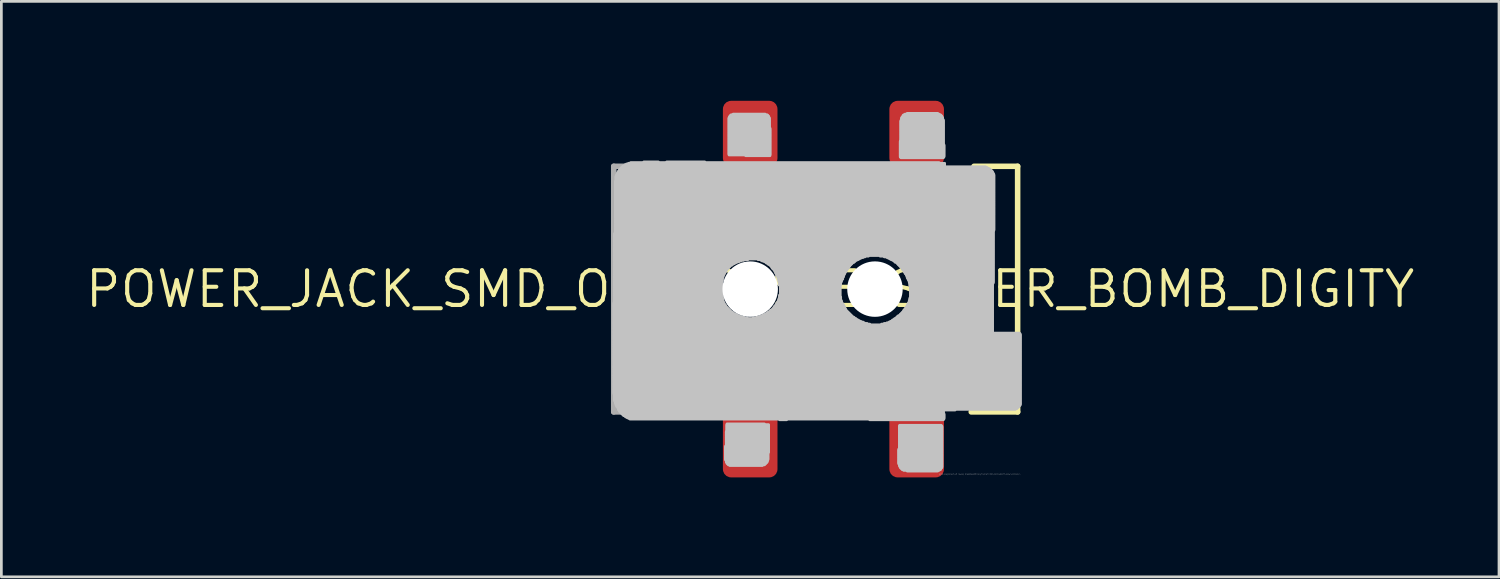
<source format=kicad_pcb>
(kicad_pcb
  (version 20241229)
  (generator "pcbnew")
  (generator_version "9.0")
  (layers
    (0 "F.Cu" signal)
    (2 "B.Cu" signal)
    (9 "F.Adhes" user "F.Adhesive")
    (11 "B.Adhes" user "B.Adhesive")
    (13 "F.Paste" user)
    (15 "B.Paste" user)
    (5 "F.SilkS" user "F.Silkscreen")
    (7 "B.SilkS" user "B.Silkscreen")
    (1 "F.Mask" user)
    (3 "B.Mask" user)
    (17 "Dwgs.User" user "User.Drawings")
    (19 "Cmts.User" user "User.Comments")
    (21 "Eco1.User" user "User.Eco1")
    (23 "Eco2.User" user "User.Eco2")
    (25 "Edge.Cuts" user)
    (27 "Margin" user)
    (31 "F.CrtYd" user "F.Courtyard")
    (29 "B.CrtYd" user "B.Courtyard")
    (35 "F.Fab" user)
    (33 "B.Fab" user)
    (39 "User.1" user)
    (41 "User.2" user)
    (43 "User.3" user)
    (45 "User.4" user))
  (footprint "POWER_JACK_SMD_OVERPASTE_SUPER_BOMB_DIGITY"
    (layer "F.Cu")
    (at 24.44 7.544)
    (property "Reference" "POWER_JACK_SMD_OVERPASTE_SUPER_BOMB_DIGITY" (at 0 0 0) (layer "F.SilkS") (effects (font (size 1.27 1.27) (thickness 0.15))))
    (attr through_hole)
    (fp_line (start -3.5 -4.5) (end -3.5 -2.5) (stroke (width 0.203) (type solid)) (layer "F.SilkS"))
    (fp_line (start -3.5 -4.5) (end -2 -4.5) (stroke (width 0.203) (type solid)) (layer "F.SilkS"))
    (fp_line (start -3.5 -2.5) (end -3.5 2.5) (stroke (width 0.203) (type solid)) (layer "F.SilkS"))
    (fp_line (start -3.5 -2.5) (end 0 -2.5) (stroke (width 0.203) (type solid)) (layer "F.SilkS"))
    (fp_line (start -3.5 2.5) (end -3.5 4.5) (stroke (width 0.203) (type solid)) (layer "F.SilkS"))
    (fp_line (start -2 4.5) (end -3.5 4.5) (stroke (width 0.203) (type solid)) (layer "F.SilkS"))
    (fp_line (start 0 2.5) (end -3.5 2.5) (stroke (width 0.203) (type solid)) (layer "F.SilkS"))
    (fp_line (start 2 -4.5) (end 4.1 -4.5) (stroke (width 0.203) (type solid)) (layer "F.SilkS"))
    (fp_line (start 4.1 4.5) (end 2 4.5) (stroke (width 0.203) (type solid)) (layer "F.SilkS"))
    (fp_line (start 8.2 -4.5) (end 9.8 -4.5) (stroke (width 0.203) (type solid)) (layer "F.SilkS"))
    (fp_line (start 9.8 -4.5) (end 9.8 4.5) (stroke (width 0.203) (type solid)) (layer "F.SilkS"))
    (fp_line (start 9.8 4.5) (end 8.1 4.5) (stroke (width 0.203) (type solid)) (layer "F.SilkS"))
    (fp_arc (start 0 -2.5) (mid 1.660767 -1.723446) (end 2.286 0) (stroke (width 0.2032) (type solid)) (layer "F.SilkS"))
    (fp_arc (start 2.286 0) (mid 1.660767 1.723446) (end 0 2.5) (stroke (width 0.2032) (type solid)) (layer "F.SilkS"))
    (fp_poly (pts (xy 0.94 -7.188) (xy 0.916 -7.352) (xy 0.814 -7.482) (xy 0.66 -7.544) (xy -0.61 -7.544) (xy -0.752 -7.495) (xy -0.864 -7.396) (xy -0.94 -7.112) (xy -0.94 -5.639) (xy 0.94 -5.664)) (stroke (width 0) (type solid)) (fill yes) (layer "F.Paste"))
    (fp_poly (pts (xy -0.94 7.188) (xy -0.916 7.352) (xy -0.814 7.482) (xy -0.66 7.544) (xy 0.61 7.544) (xy 0.752 7.495) (xy 0.864 7.396) (xy 0.93 7.262) (xy 0.94 7.112) (xy 0.94 5.639) (xy -0.94 5.664)) (stroke (width 0) (type solid)) (fill yes) (layer "F.Paste"))
    (fp_poly (pts (xy 4.902 7.188) (xy 4.926 7.352) (xy 5.028 7.482) (xy 5.182 7.544) (xy 6.96 7.544) (xy 7.102 7.495) (xy 7.214 7.396) (xy 7.28 7.262) (xy 7.29 7.112) (xy 7.29 4.932) (xy 7.29 4.932) (xy 7.26 4.785) (xy 7.177 4.661) (xy 6.905 4.551) (xy 5.279 4.568) (xy 5.279 4.568) (xy 5.135 4.598) (xy 5.012 4.681) (xy 4.902 4.949)) (stroke (width 0) (type solid)) (fill yes) (layer "F.Paste"))
    (fp_poly (pts (xy 7.29 -7.188) (xy 7.266 -7.352) (xy 7.164 -7.482) (xy 7.01 -7.544) (xy 5.232 -7.544) (xy 5.09 -7.495) (xy 4.978 -7.396) (xy 4.902 -7.112) (xy 4.902 -4.932) (xy 4.902 -4.932) (xy 4.932 -4.785) (xy 5.015 -4.661) (xy 5.14 -4.579) (xy 5.287 -4.551) (xy 6.913 -4.568) (xy 7.057 -4.598) (xy 7.18 -4.681) (xy 7.261 -4.804) (xy 7.29 -4.949)) (stroke (width 0) (type solid)) (fill yes) (layer "F.Paste"))
    (fp_poly (pts (xy -3.365 -4.661) (xy -3.899 -4.661) (xy -3.899 -4.636) (xy -3.365 -4.636)) (stroke (width 0.1) (type solid)) (fill no) (layer "Dwgs.User"))
    (fp_poly (pts (xy -1.664 -4.661) (xy -3.061 -4.661) (xy -3.061 -4.636) (xy -1.664 -4.636)) (stroke (width 0.1) (type solid)) (fill no) (layer "Dwgs.User"))
    (fp_poly (pts (xy -1.054 -0.292) (xy -4.966 -0.292) (xy -4.966 -0.267) (xy -1.054 -0.267)) (stroke (width 0.1) (type solid)) (fill no) (layer "Dwgs.User"))
    (fp_poly (pts (xy -1.054 -0.267) (xy -4.966 -0.267) (xy -4.966 -0.241) (xy -1.054 -0.241)) (stroke (width 0.1) (type solid)) (fill no) (layer "Dwgs.User"))
    (fp_poly (pts (xy -1.054 -0.241) (xy -4.966 -0.241) (xy -4.966 -0.216) (xy -1.054 -0.216)) (stroke (width 0.1) (type solid)) (fill no) (layer "Dwgs.User"))
    (fp_poly (pts (xy -1.054 -0.216) (xy -4.966 -0.216) (xy -4.966 -0.191) (xy -1.054 -0.191)) (stroke (width 0.1) (type solid)) (fill no) (layer "Dwgs.User"))
    (fp_poly (pts (xy -1.054 -0.191) (xy -4.966 -0.191) (xy -4.966 -0.165) (xy -1.054 -0.165)) (stroke (width 0.1) (type solid)) (fill no) (layer "Dwgs.User"))
    (fp_poly (pts (xy -1.054 -0.165) (xy -4.966 -0.165) (xy -4.966 -0.14) (xy -1.054 -0.14)) (stroke (width 0.1) (type solid)) (fill no) (layer "Dwgs.User"))
    (fp_poly (pts (xy -1.054 -0.14) (xy -4.966 -0.14) (xy -4.966 -0.114) (xy -1.054 -0.114)) (stroke (width 0.1) (type solid)) (fill no) (layer "Dwgs.User"))
    (fp_poly (pts (xy -1.054 -0.114) (xy -4.966 -0.114) (xy -4.966 -0.089) (xy -1.054 -0.089)) (stroke (width 0.1) (type solid)) (fill no) (layer "Dwgs.User"))
    (fp_poly (pts (xy -1.054 -0.089) (xy -4.966 -0.089) (xy -4.966 -0.064) (xy -1.054 -0.064)) (stroke (width 0.1) (type solid)) (fill no) (layer "Dwgs.User"))
    (fp_poly (pts (xy -1.054 -0.064) (xy -4.966 -0.064) (xy -4.966 -0.038) (xy -1.054 -0.038)) (stroke (width 0.1) (type solid)) (fill no) (layer "Dwgs.User"))
    (fp_poly (pts (xy -1.054 -0.038) (xy -4.966 -0.038) (xy -4.966 -0.013) (xy -1.054 -0.013)) (stroke (width 0.1) (type solid)) (fill no) (layer "Dwgs.User"))
    (fp_poly (pts (xy -1.054 -0.013) (xy -4.966 -0.013) (xy -4.966 0.013) (xy -1.054 0.013)) (stroke (width 0.1) (type solid)) (fill no) (layer "Dwgs.User"))
    (fp_poly (pts (xy -1.054 0.013) (xy -4.966 0.013) (xy -4.966 0.038) (xy -1.054 0.038)) (stroke (width 0.1) (type solid)) (fill no) (layer "Dwgs.User"))
    (fp_poly (pts (xy -1.054 0.038) (xy -4.966 0.038) (xy -4.966 0.064) (xy -1.054 0.064)) (stroke (width 0.1) (type solid)) (fill no) (layer "Dwgs.User"))
    (fp_poly (pts (xy -1.054 0.064) (xy -4.966 0.064) (xy -4.966 0.089) (xy -1.054 0.089)) (stroke (width 0.1) (type solid)) (fill no) (layer "Dwgs.User"))
    (fp_poly (pts (xy -1.054 0.089) (xy -4.966 0.089) (xy -4.966 0.114) (xy -1.054 0.114)) (stroke (width 0.1) (type solid)) (fill no) (layer "Dwgs.User"))
    (fp_poly (pts (xy -1.054 0.114) (xy -4.966 0.114) (xy -4.966 0.14) (xy -1.054 0.14)) (stroke (width 0.1) (type solid)) (fill no) (layer "Dwgs.User"))
    (fp_poly (pts (xy -1.054 0.14) (xy -4.966 0.14) (xy -4.966 0.165) (xy -1.054 0.165)) (stroke (width 0.1) (type solid)) (fill no) (layer "Dwgs.User"))
    (fp_poly (pts (xy -1.054 0.165) (xy -4.966 0.165) (xy -4.966 0.191) (xy -1.054 0.191)) (stroke (width 0.1) (type solid)) (fill no) (layer "Dwgs.User"))
    (fp_poly (pts (xy -1.054 0.191) (xy -4.966 0.191) (xy -4.966 0.216) (xy -1.054 0.216)) (stroke (width 0.1) (type solid)) (fill no) (layer "Dwgs.User"))
    (fp_poly (pts (xy -1.029 -0.419) (xy -4.966 -0.419) (xy -4.966 -0.394) (xy -1.029 -0.394)) (stroke (width 0.1) (type solid)) (fill no) (layer "Dwgs.User"))
    (fp_poly (pts (xy -1.029 -0.394) (xy -4.966 -0.394) (xy -4.966 -0.368) (xy -1.029 -0.368)) (stroke (width 0.1) (type solid)) (fill no) (layer "Dwgs.User"))
    (fp_poly (pts (xy -1.029 -0.368) (xy -4.966 -0.368) (xy -4.966 -0.343) (xy -1.029 -0.343)) (stroke (width 0.1) (type solid)) (fill no) (layer "Dwgs.User"))
    (fp_poly (pts (xy -1.029 -0.343) (xy -4.966 -0.343) (xy -4.966 -0.318) (xy -1.029 -0.318)) (stroke (width 0.1) (type solid)) (fill no) (layer "Dwgs.User"))
    (fp_poly (pts (xy -1.029 -0.318) (xy -4.966 -0.318) (xy -4.966 -0.292) (xy -1.029 -0.292)) (stroke (width 0.1) (type solid)) (fill no) (layer "Dwgs.User"))
    (fp_poly (pts (xy -1.029 0.216) (xy -4.966 0.216) (xy -4.966 0.241) (xy -1.029 0.241)) (stroke (width 0.1) (type solid)) (fill no) (layer "Dwgs.User"))
    (fp_poly (pts (xy -1.029 0.241) (xy -4.966 0.241) (xy -4.966 0.267) (xy -1.029 0.267)) (stroke (width 0.1) (type solid)) (fill no) (layer "Dwgs.User"))
    (fp_poly (pts (xy -1.029 0.267) (xy -4.966 0.267) (xy -4.966 0.292) (xy -1.029 0.292)) (stroke (width 0.1) (type solid)) (fill no) (layer "Dwgs.User"))
    (fp_poly (pts (xy -1.029 0.292) (xy -4.966 0.292) (xy -4.966 0.318) (xy -1.029 0.318)) (stroke (width 0.1) (type solid)) (fill no) (layer "Dwgs.User"))
    (fp_poly (pts (xy -1.029 0.318) (xy -4.966 0.318) (xy -4.966 0.343) (xy -1.029 0.343)) (stroke (width 0.1) (type solid)) (fill no) (layer "Dwgs.User"))
    (fp_poly (pts (xy -1.029 0.343) (xy -4.966 0.343) (xy -4.966 0.368) (xy -1.029 0.368)) (stroke (width 0.1) (type solid)) (fill no) (layer "Dwgs.User"))
    (fp_poly (pts (xy -1.003 -0.495) (xy -4.966 -0.495) (xy -4.966 -0.47) (xy -1.003 -0.47)) (stroke (width 0.1) (type solid)) (fill no) (layer "Dwgs.User"))
    (fp_poly (pts (xy -1.003 -0.47) (xy -4.966 -0.47) (xy -4.966 -0.445) (xy -1.003 -0.445)) (stroke (width 0.1) (type solid)) (fill no) (layer "Dwgs.User"))
    (fp_poly (pts (xy -1.003 -0.445) (xy -4.966 -0.445) (xy -4.966 -0.419) (xy -1.003 -0.419)) (stroke (width 0.1) (type solid)) (fill no) (layer "Dwgs.User"))
    (fp_poly (pts (xy -1.003 0.368) (xy -4.966 0.368) (xy -4.966 0.394) (xy -1.003 0.394)) (stroke (width 0.1) (type solid)) (fill no) (layer "Dwgs.User"))
    (fp_poly (pts (xy -1.003 0.394) (xy -4.966 0.394) (xy -4.966 0.419) (xy -1.003 0.419)) (stroke (width 0.1) (type solid)) (fill no) (layer "Dwgs.User"))
    (fp_poly (pts (xy -1.003 0.419) (xy -4.966 0.419) (xy -4.966 0.445) (xy -1.003 0.445)) (stroke (width 0.1) (type solid)) (fill no) (layer "Dwgs.User"))
    (fp_poly (pts (xy -1.003 0.445) (xy -4.966 0.445) (xy -4.966 0.47) (xy -1.003 0.47)) (stroke (width 0.1) (type solid)) (fill no) (layer "Dwgs.User"))
    (fp_poly (pts (xy -0.978 -0.546) (xy -4.966 -0.546) (xy -4.966 -0.521) (xy -0.978 -0.521)) (stroke (width 0.1) (type solid)) (fill no) (layer "Dwgs.User"))
    (fp_poly (pts (xy -0.978 -0.521) (xy -4.966 -0.521) (xy -4.966 -0.495) (xy -0.978 -0.495)) (stroke (width 0.1) (type solid)) (fill no) (layer "Dwgs.User"))
    (fp_poly (pts (xy -0.978 0.47) (xy -4.966 0.47) (xy -4.966 0.495) (xy -0.978 0.495)) (stroke (width 0.1) (type solid)) (fill no) (layer "Dwgs.User"))
    (fp_poly (pts (xy -0.978 0.495) (xy -4.991 0.495) (xy -4.991 0.521) (xy -0.978 0.521)) (stroke (width 0.1) (type solid)) (fill no) (layer "Dwgs.User"))
    (fp_poly (pts (xy -0.953 -0.597) (xy -4.966 -0.597) (xy -4.966 -0.572) (xy -0.953 -0.572)) (stroke (width 0.1) (type solid)) (fill no) (layer "Dwgs.User"))
    (fp_poly (pts (xy -0.953 -0.572) (xy -4.966 -0.572) (xy -4.966 -0.546) (xy -0.953 -0.546)) (stroke (width 0.1) (type solid)) (fill no) (layer "Dwgs.User"))
    (fp_poly (pts (xy -0.953 0.521) (xy -4.991 0.521) (xy -4.991 0.546) (xy -0.953 0.546)) (stroke (width 0.1) (type solid)) (fill no) (layer "Dwgs.User"))
    (fp_poly (pts (xy -0.953 0.546) (xy -4.991 0.546) (xy -4.991 0.572) (xy -0.953 0.572)) (stroke (width 0.1) (type solid)) (fill no) (layer "Dwgs.User"))
    (fp_poly (pts (xy -0.927 -0.648) (xy -4.966 -0.648) (xy -4.966 -0.622) (xy -0.927 -0.622)) (stroke (width 0.1) (type solid)) (fill no) (layer "Dwgs.User"))
    (fp_poly (pts (xy -0.927 -0.622) (xy -4.966 -0.622) (xy -4.966 -0.597) (xy -0.927 -0.597)) (stroke (width 0.1) (type solid)) (fill no) (layer "Dwgs.User"))
    (fp_poly (pts (xy -0.927 0.572) (xy -4.991 0.572) (xy -4.991 0.597) (xy -0.927 0.597)) (stroke (width 0.1) (type solid)) (fill no) (layer "Dwgs.User"))
    (fp_poly (pts (xy -0.902 -0.673) (xy -4.966 -0.673) (xy -4.966 -0.648) (xy -0.902 -0.648)) (stroke (width 0.1) (type solid)) (fill no) (layer "Dwgs.User"))
    (fp_poly (pts (xy -0.902 0.597) (xy -4.991 0.597) (xy -4.991 0.622) (xy -0.902 0.622)) (stroke (width 0.1) (type solid)) (fill no) (layer "Dwgs.User"))
    (fp_poly (pts (xy -0.902 0.622) (xy -4.991 0.622) (xy -4.991 0.648) (xy -0.902 0.648)) (stroke (width 0.1) (type solid)) (fill no) (layer "Dwgs.User"))
    (fp_poly (pts (xy -0.876 -0.724) (xy -4.966 -0.724) (xy -4.966 -0.699) (xy -0.876 -0.699)) (stroke (width 0.1) (type solid)) (fill no) (layer "Dwgs.User"))
    (fp_poly (pts (xy -0.876 -0.699) (xy -4.966 -0.699) (xy -4.966 -0.673) (xy -0.876 -0.673)) (stroke (width 0.1) (type solid)) (fill no) (layer "Dwgs.User"))
    (fp_poly (pts (xy -0.876 0.648) (xy -4.991 0.648) (xy -4.991 0.673) (xy -0.876 0.673)) (stroke (width 0.1) (type solid)) (fill no) (layer "Dwgs.User"))
    (fp_poly (pts (xy -0.851 -0.749) (xy -4.966 -0.749) (xy -4.966 -0.724) (xy -0.851 -0.724)) (stroke (width 0.1) (type solid)) (fill no) (layer "Dwgs.User"))
    (fp_poly (pts (xy -0.851 0.673) (xy -4.991 0.673) (xy -4.991 0.699) (xy -0.851 0.699)) (stroke (width 0.1) (type solid)) (fill no) (layer "Dwgs.User"))
    (fp_poly (pts (xy -0.826 -0.775) (xy -4.966 -0.775) (xy -4.966 -0.749) (xy -0.826 -0.749)) (stroke (width 0.1) (type solid)) (fill no) (layer "Dwgs.User"))
    (fp_poly (pts (xy -0.826 0.699) (xy -4.991 0.699) (xy -4.991 0.724) (xy -0.826 0.724)) (stroke (width 0.1) (type solid)) (fill no) (layer "Dwgs.User"))
    (fp_poly (pts (xy -0.8 -0.8) (xy -4.966 -0.8) (xy -4.966 -0.775) (xy -0.8 -0.775)) (stroke (width 0.1) (type solid)) (fill no) (layer "Dwgs.User"))
    (fp_poly (pts (xy -0.8 0.724) (xy -4.991 0.724) (xy -4.991 0.749) (xy -0.8 0.749)) (stroke (width 0.1) (type solid)) (fill no) (layer "Dwgs.User"))
    (fp_poly (pts (xy -0.775 -0.826) (xy -4.966 -0.826) (xy -4.966 -0.8) (xy -0.775 -0.8)) (stroke (width 0.1) (type solid)) (fill no) (layer "Dwgs.User"))
    (fp_poly (pts (xy -0.775 0.749) (xy -4.991 0.749) (xy -4.991 0.775) (xy -0.775 0.775)) (stroke (width 0.1) (type solid)) (fill no) (layer "Dwgs.User"))
    (fp_poly (pts (xy -0.749 -0.851) (xy -4.966 -0.851) (xy -4.966 -0.826) (xy -0.749 -0.826)) (stroke (width 0.1) (type solid)) (fill no) (layer "Dwgs.User"))
    (fp_poly (pts (xy -0.749 0.775) (xy -4.991 0.775) (xy -4.991 0.8) (xy -0.749 0.8)) (stroke (width 0.1) (type solid)) (fill no) (layer "Dwgs.User"))
    (fp_poly (pts (xy -0.724 -0.876) (xy -4.966 -0.876) (xy -4.966 -0.851) (xy -0.724 -0.851)) (stroke (width 0.1) (type solid)) (fill no) (layer "Dwgs.User"))
    (fp_poly (pts (xy -0.724 0.8) (xy -4.991 0.8) (xy -4.991 0.826) (xy -0.724 0.826)) (stroke (width 0.1) (type solid)) (fill no) (layer "Dwgs.User"))
    (fp_poly (pts (xy -0.699 0.826) (xy -4.991 0.826) (xy -4.991 0.851) (xy -0.699 0.851)) (stroke (width 0.1) (type solid)) (fill no) (layer "Dwgs.User"))
    (fp_poly (pts (xy -0.673 -0.902) (xy -4.966 -0.902) (xy -4.966 -0.876) (xy -0.673 -0.876)) (stroke (width 0.1) (type solid)) (fill no) (layer "Dwgs.User"))
    (fp_poly (pts (xy -0.648 -0.927) (xy -4.966 -0.927) (xy -4.966 -0.902) (xy -0.648 -0.902)) (stroke (width 0.1) (type solid)) (fill no) (layer "Dwgs.User"))
    (fp_poly (pts (xy -0.648 0.851) (xy -4.991 0.851) (xy -4.991 0.876) (xy -0.648 0.876)) (stroke (width 0.1) (type solid)) (fill no) (layer "Dwgs.User"))
    (fp_poly (pts (xy -0.622 0.876) (xy -4.991 0.876) (xy -4.991 0.902) (xy -0.622 0.902)) (stroke (width 0.1) (type solid)) (fill no) (layer "Dwgs.User"))
    (fp_poly (pts (xy -0.597 -0.953) (xy -4.966 -0.953) (xy -4.966 -0.927) (xy -0.597 -0.927)) (stroke (width 0.1) (type solid)) (fill no) (layer "Dwgs.User"))
    (fp_poly (pts (xy -0.572 0.902) (xy -4.991 0.902) (xy -4.991 0.927) (xy -0.572 0.927)) (stroke (width 0.1) (type solid)) (fill no) (layer "Dwgs.User"))
    (fp_poly (pts (xy -0.546 -0.978) (xy -4.966 -0.978) (xy -4.966 -0.953) (xy -0.546 -0.953)) (stroke (width 0.1) (type solid)) (fill no) (layer "Dwgs.User"))
    (fp_poly (pts (xy -0.521 0.927) (xy -4.991 0.927) (xy -4.991 0.953) (xy -0.521 0.953)) (stroke (width 0.1) (type solid)) (fill no) (layer "Dwgs.User"))
    (fp_poly (pts (xy -0.495 -1.003) (xy -4.966 -1.003) (xy -4.966 -0.978) (xy -0.495 -0.978)) (stroke (width 0.1) (type solid)) (fill no) (layer "Dwgs.User"))
    (fp_poly (pts (xy -0.47 0.953) (xy -4.991 0.953) (xy -4.991 0.978) (xy -0.47 0.978)) (stroke (width 0.1) (type solid)) (fill no) (layer "Dwgs.User"))
    (fp_poly (pts (xy -0.419 -1.029) (xy -4.966 -1.029) (xy -4.966 -1.003) (xy -0.419 -1.003)) (stroke (width 0.1) (type solid)) (fill no) (layer "Dwgs.User"))
    (fp_poly (pts (xy -0.419 0.978) (xy -4.991 0.978) (xy -4.991 1.003) (xy -0.419 1.003)) (stroke (width 0.1) (type solid)) (fill no) (layer "Dwgs.User"))
    (fp_poly (pts (xy -0.343 -1.054) (xy -4.966 -1.054) (xy -4.966 -1.029) (xy -0.343 -1.029)) (stroke (width 0.1) (type solid)) (fill no) (layer "Dwgs.User"))
    (fp_poly (pts (xy -0.343 1.003) (xy -4.991 1.003) (xy -4.991 1.029) (xy -0.343 1.029)) (stroke (width 0.1) (type solid)) (fill no) (layer "Dwgs.User"))
    (fp_poly (pts (xy -0.241 -1.079) (xy -4.966 -1.079) (xy -4.966 -1.054) (xy -0.241 -1.054)) (stroke (width 0.1) (type solid)) (fill no) (layer "Dwgs.User"))
    (fp_poly (pts (xy -0.241 1.029) (xy -4.991 1.029) (xy -4.991 1.054) (xy -0.241 1.054)) (stroke (width 0.1) (type solid)) (fill no) (layer "Dwgs.User"))
    (fp_poly (pts (xy -0.114 1.054) (xy -4.991 1.054) (xy -4.991 1.079) (xy -0.114 1.079)) (stroke (width 0.1) (type solid)) (fill no) (layer "Dwgs.User"))
    (fp_poly (pts (xy -0.089 -1.105) (xy -4.966 -1.105) (xy -4.966 -1.079) (xy -0.089 -1.079)) (stroke (width 0.1) (type solid)) (fill no) (layer "Dwgs.User"))
    (fp_poly (pts (xy 0.445 6.439) (xy -0.749 6.439) (xy -0.749 6.464) (xy 0.445 6.464)) (stroke (width 0.1) (type solid)) (fill no) (layer "Dwgs.User"))
    (fp_poly (pts (xy 0.521 4.94) (xy -0.851 4.94) (xy -0.851 4.966) (xy 0.521 4.966)) (stroke (width 0.1) (type solid)) (fill no) (layer "Dwgs.User"))
    (fp_poly (pts (xy 0.521 6.413) (xy -0.8 6.413) (xy -0.8 6.439) (xy 0.521 6.439)) (stroke (width 0.1) (type solid)) (fill no) (layer "Dwgs.User"))
    (fp_poly (pts (xy 0.546 -6.413) (xy -0.622 -6.413) (xy -0.622 -6.388) (xy 0.546 -6.388)) (stroke (width 0.1) (type solid)) (fill no) (layer "Dwgs.User"))
    (fp_poly (pts (xy 0.546 6.388) (xy -0.826 6.388) (xy -0.826 6.413) (xy 0.546 6.413)) (stroke (width 0.1) (type solid)) (fill no) (layer "Dwgs.User"))
    (fp_poly (pts (xy 0.572 6.363) (xy -0.851 6.363) (xy -0.851 6.388) (xy 0.572 6.388)) (stroke (width 0.1) (type solid)) (fill no) (layer "Dwgs.User"))
    (fp_poly (pts (xy 0.597 6.337) (xy -0.851 6.337) (xy -0.851 6.363) (xy 0.597 6.363)) (stroke (width 0.1) (type solid)) (fill no) (layer "Dwgs.User"))
    (fp_poly (pts (xy 0.622 -6.388) (xy -0.699 -6.388) (xy -0.699 -6.363) (xy 0.622 -6.363)) (stroke (width 0.1) (type solid)) (fill no) (layer "Dwgs.User"))
    (fp_poly (pts (xy 0.622 6.261) (xy -0.876 6.261) (xy -0.876 6.287) (xy 0.622 6.287)) (stroke (width 0.1) (type solid)) (fill no) (layer "Dwgs.User"))
    (fp_poly (pts (xy 0.622 6.287) (xy -0.876 6.287) (xy -0.876 6.312) (xy 0.622 6.312)) (stroke (width 0.1) (type solid)) (fill no) (layer "Dwgs.User"))
    (fp_poly (pts (xy 0.622 6.312) (xy -0.876 6.312) (xy -0.876 6.337) (xy 0.622 6.337)) (stroke (width 0.1) (type solid)) (fill no) (layer "Dwgs.User"))
    (fp_poly (pts (xy 0.648 -6.363) (xy -0.724 -6.363) (xy -0.724 -6.337) (xy 0.648 -6.337)) (stroke (width 0.1) (type solid)) (fill no) (layer "Dwgs.User"))
    (fp_poly (pts (xy 0.648 5.982) (xy -0.902 5.982) (xy -0.902 6.007) (xy 0.648 6.007)) (stroke (width 0.1) (type solid)) (fill no) (layer "Dwgs.User"))
    (fp_poly (pts (xy 0.648 6.007) (xy -0.902 6.007) (xy -0.902 6.032) (xy 0.648 6.032)) (stroke (width 0.1) (type solid)) (fill no) (layer "Dwgs.User"))
    (fp_poly (pts (xy 0.648 6.032) (xy -0.902 6.032) (xy -0.902 6.058) (xy 0.648 6.058)) (stroke (width 0.1) (type solid)) (fill no) (layer "Dwgs.User"))
    (fp_poly (pts (xy 0.648 6.058) (xy -0.902 6.058) (xy -0.902 6.083) (xy 0.648 6.083)) (stroke (width 0.1) (type solid)) (fill no) (layer "Dwgs.User"))
    (fp_poly (pts (xy 0.648 6.083) (xy -0.902 6.083) (xy -0.902 6.109) (xy 0.648 6.109)) (stroke (width 0.1) (type solid)) (fill no) (layer "Dwgs.User"))
    (fp_poly (pts (xy 0.648 6.109) (xy -0.902 6.109) (xy -0.902 6.134) (xy 0.648 6.134)) (stroke (width 0.1) (type solid)) (fill no) (layer "Dwgs.User"))
    (fp_poly (pts (xy 0.648 6.134) (xy -0.902 6.134) (xy -0.902 6.16) (xy 0.648 6.16)) (stroke (width 0.1) (type solid)) (fill no) (layer "Dwgs.User"))
    (fp_poly (pts (xy 0.648 6.16) (xy -0.902 6.16) (xy -0.902 6.185) (xy 0.648 6.185)) (stroke (width 0.1) (type solid)) (fill no) (layer "Dwgs.User"))
    (fp_poly (pts (xy 0.648 6.185) (xy -0.902 6.185) (xy -0.902 6.21) (xy 0.648 6.21)) (stroke (width 0.1) (type solid)) (fill no) (layer "Dwgs.User"))
    (fp_poly (pts (xy 0.648 6.21) (xy -0.902 6.21) (xy -0.902 6.236) (xy 0.648 6.236)) (stroke (width 0.1) (type solid)) (fill no) (layer "Dwgs.User"))
    (fp_poly (pts (xy 0.648 6.236) (xy -0.902 6.236) (xy -0.902 6.261) (xy 0.648 6.261)) (stroke (width 0.1) (type solid)) (fill no) (layer "Dwgs.User"))
    (fp_poly (pts (xy 0.673 -6.337) (xy -0.749 -6.337) (xy -0.749 -6.312) (xy 0.673 -6.312)) (stroke (width 0.1) (type solid)) (fill no) (layer "Dwgs.User"))
    (fp_poly (pts (xy 0.673 -6.312) (xy -0.749 -6.312) (xy -0.749 -6.287) (xy 0.673 -6.287)) (stroke (width 0.1) (type solid)) (fill no) (layer "Dwgs.User"))
    (fp_poly (pts (xy 0.673 4.966) (xy -0.851 4.966) (xy -0.851 4.991) (xy 0.673 4.991)) (stroke (width 0.1) (type solid)) (fill no) (layer "Dwgs.User"))
    (fp_poly (pts (xy 0.673 4.991) (xy -0.851 4.991) (xy -0.851 5.016) (xy 0.673 5.016)) (stroke (width 0.1) (type solid)) (fill no) (layer "Dwgs.User"))
    (fp_poly (pts (xy 0.673 5.016) (xy -0.851 5.016) (xy -0.851 5.042) (xy 0.673 5.042)) (stroke (width 0.1) (type solid)) (fill no) (layer "Dwgs.User"))
    (fp_poly (pts (xy 0.673 5.042) (xy -0.851 5.042) (xy -0.851 5.067) (xy 0.673 5.067)) (stroke (width 0.1) (type solid)) (fill no) (layer "Dwgs.User"))
    (fp_poly (pts (xy 0.673 5.067) (xy -0.851 5.067) (xy -0.851 5.093) (xy 0.673 5.093)) (stroke (width 0.1) (type solid)) (fill no) (layer "Dwgs.User"))
    (fp_poly (pts (xy 0.673 5.093) (xy -0.851 5.093) (xy -0.851 5.118) (xy 0.673 5.118)) (stroke (width 0.1) (type solid)) (fill no) (layer "Dwgs.User"))
    (fp_poly (pts (xy 0.673 5.118) (xy -0.851 5.118) (xy -0.851 5.144) (xy 0.673 5.144)) (stroke (width 0.1) (type solid)) (fill no) (layer "Dwgs.User"))
    (fp_poly (pts (xy 0.673 5.144) (xy -0.851 5.144) (xy -0.851 5.169) (xy 0.673 5.169)) (stroke (width 0.1) (type solid)) (fill no) (layer "Dwgs.User"))
    (fp_poly (pts (xy 0.673 5.169) (xy -0.851 5.169) (xy -0.851 5.194) (xy 0.673 5.194)) (stroke (width 0.1) (type solid)) (fill no) (layer "Dwgs.User"))
    (fp_poly (pts (xy 0.673 5.194) (xy -0.851 5.194) (xy -0.851 5.22) (xy 0.673 5.22)) (stroke (width 0.1) (type solid)) (fill no) (layer "Dwgs.User"))
    (fp_poly (pts (xy 0.673 5.22) (xy -0.876 5.22) (xy -0.876 5.245) (xy 0.673 5.245)) (stroke (width 0.1) (type solid)) (fill no) (layer "Dwgs.User"))
    (fp_poly (pts (xy 0.673 5.245) (xy -0.876 5.245) (xy -0.876 5.271) (xy 0.673 5.271)) (stroke (width 0.1) (type solid)) (fill no) (layer "Dwgs.User"))
    (fp_poly (pts (xy 0.673 5.271) (xy -0.876 5.271) (xy -0.876 5.296) (xy 0.673 5.296)) (stroke (width 0.1) (type solid)) (fill no) (layer "Dwgs.User"))
    (fp_poly (pts (xy 0.673 5.296) (xy -0.876 5.296) (xy -0.876 5.321) (xy 0.673 5.321)) (stroke (width 0.1) (type solid)) (fill no) (layer "Dwgs.User"))
    (fp_poly (pts (xy 0.673 5.321) (xy -0.876 5.321) (xy -0.876 5.347) (xy 0.673 5.347)) (stroke (width 0.1) (type solid)) (fill no) (layer "Dwgs.User"))
    (fp_poly (pts (xy 0.673 5.347) (xy -0.876 5.347) (xy -0.876 5.372) (xy 0.673 5.372)) (stroke (width 0.1) (type solid)) (fill no) (layer "Dwgs.User"))
    (fp_poly (pts (xy 0.673 5.372) (xy -0.876 5.372) (xy -0.876 5.397) (xy 0.673 5.397)) (stroke (width 0.1) (type solid)) (fill no) (layer "Dwgs.User"))
    (fp_poly (pts (xy 0.673 5.397) (xy -0.876 5.397) (xy -0.876 5.423) (xy 0.673 5.423)) (stroke (width 0.1) (type solid)) (fill no) (layer "Dwgs.User"))
    (fp_poly (pts (xy 0.673 5.423) (xy -0.876 5.423) (xy -0.876 5.448) (xy 0.673 5.448)) (stroke (width 0.1) (type solid)) (fill no) (layer "Dwgs.User"))
    (fp_poly (pts (xy 0.673 5.448) (xy -0.876 5.448) (xy -0.876 5.474) (xy 0.673 5.474)) (stroke (width 0.1) (type solid)) (fill no) (layer "Dwgs.User"))
    (fp_poly (pts (xy 0.673 5.474) (xy -0.876 5.474) (xy -0.876 5.499) (xy 0.673 5.499)) (stroke (width 0.1) (type solid)) (fill no) (layer "Dwgs.User"))
    (fp_poly (pts (xy 0.673 5.499) (xy -0.876 5.499) (xy -0.876 5.524) (xy 0.673 5.524)) (stroke (width 0.1) (type solid)) (fill no) (layer "Dwgs.User"))
    (fp_poly (pts (xy 0.673 5.524) (xy -0.876 5.524) (xy -0.876 5.55) (xy 0.673 5.55)) (stroke (width 0.1) (type solid)) (fill no) (layer "Dwgs.User"))
    (fp_poly (pts (xy 0.673 5.55) (xy -0.876 5.55) (xy -0.876 5.575) (xy 0.673 5.575)) (stroke (width 0.1) (type solid)) (fill no) (layer "Dwgs.User"))
    (fp_poly (pts (xy 0.673 5.575) (xy -0.876 5.575) (xy -0.876 5.601) (xy 0.673 5.601)) (stroke (width 0.1) (type solid)) (fill no) (layer "Dwgs.User"))
    (fp_poly (pts (xy 0.673 5.601) (xy -0.876 5.601) (xy -0.876 5.626) (xy 0.673 5.626)) (stroke (width 0.1) (type solid)) (fill no) (layer "Dwgs.User"))
    (fp_poly (pts (xy 0.673 5.626) (xy -0.876 5.626) (xy -0.876 5.652) (xy 0.673 5.652)) (stroke (width 0.1) (type solid)) (fill no) (layer "Dwgs.User"))
    (fp_poly (pts (xy 0.673 5.652) (xy -0.876 5.652) (xy -0.876 5.677) (xy 0.673 5.677)) (stroke (width 0.1) (type solid)) (fill no) (layer "Dwgs.User"))
    (fp_poly (pts (xy 0.673 5.677) (xy -0.876 5.677) (xy -0.876 5.702) (xy 0.673 5.702)) (stroke (width 0.1) (type solid)) (fill no) (layer "Dwgs.User"))
    (fp_poly (pts (xy 0.673 5.702) (xy -0.876 5.702) (xy -0.876 5.728) (xy 0.673 5.728)) (stroke (width 0.1) (type solid)) (fill no) (layer "Dwgs.User"))
    (fp_poly (pts (xy 0.673 5.728) (xy -0.876 5.728) (xy -0.876 5.753) (xy 0.673 5.753)) (stroke (width 0.1) (type solid)) (fill no) (layer "Dwgs.User"))
    (fp_poly (pts (xy 0.673 5.753) (xy -0.902 5.753) (xy -0.902 5.779) (xy 0.673 5.779)) (stroke (width 0.1) (type solid)) (fill no) (layer "Dwgs.User"))
    (fp_poly (pts (xy 0.673 5.779) (xy -0.902 5.779) (xy -0.902 5.804) (xy 0.673 5.804)) (stroke (width 0.1) (type solid)) (fill no) (layer "Dwgs.User"))
    (fp_poly (pts (xy 0.673 5.804) (xy -0.902 5.804) (xy -0.902 5.829) (xy 0.673 5.829)) (stroke (width 0.1) (type solid)) (fill no) (layer "Dwgs.User"))
    (fp_poly (pts (xy 0.673 5.829) (xy -0.902 5.829) (xy -0.902 5.855) (xy 0.673 5.855)) (stroke (width 0.1) (type solid)) (fill no) (layer "Dwgs.User"))
    (fp_poly (pts (xy 0.673 5.855) (xy -0.902 5.855) (xy -0.902 5.88) (xy 0.673 5.88)) (stroke (width 0.1) (type solid)) (fill no) (layer "Dwgs.User"))
    (fp_poly (pts (xy 0.673 5.88) (xy -0.902 5.88) (xy -0.902 5.905) (xy 0.673 5.905)) (stroke (width 0.1) (type solid)) (fill no) (layer "Dwgs.User"))
    (fp_poly (pts (xy 0.673 5.905) (xy -0.902 5.905) (xy -0.902 5.931) (xy 0.673 5.931)) (stroke (width 0.1) (type solid)) (fill no) (layer "Dwgs.User"))
    (fp_poly (pts (xy 0.673 5.931) (xy -0.902 5.931) (xy -0.902 5.956) (xy 0.673 5.956)) (stroke (width 0.1) (type solid)) (fill no) (layer "Dwgs.User"))
    (fp_poly (pts (xy 0.673 5.956) (xy -0.902 5.956) (xy -0.902 5.982) (xy 0.673 5.982)) (stroke (width 0.1) (type solid)) (fill no) (layer "Dwgs.User"))
    (fp_poly (pts (xy 0.699 -6.287) (xy -0.775 -6.287) (xy -0.775 -6.261) (xy 0.699 -6.261)) (stroke (width 0.1) (type solid)) (fill no) (layer "Dwgs.User"))
    (fp_poly (pts (xy 0.699 -6.261) (xy -0.775 -6.261) (xy -0.775 -6.236) (xy 0.699 -6.236)) (stroke (width 0.1) (type solid)) (fill no) (layer "Dwgs.User"))
    (fp_poly (pts (xy 0.699 -6.236) (xy -0.775 -6.236) (xy -0.775 -6.21) (xy 0.699 -6.21)) (stroke (width 0.1) (type solid)) (fill no) (layer "Dwgs.User"))
    (fp_poly (pts (xy 0.699 -6.21) (xy -0.775 -6.21) (xy -0.775 -6.185) (xy 0.699 -6.185)) (stroke (width 0.1) (type solid)) (fill no) (layer "Dwgs.User"))
    (fp_poly (pts (xy 0.699 -6.185) (xy -0.775 -6.185) (xy -0.775 -6.16) (xy 0.699 -6.16)) (stroke (width 0.1) (type solid)) (fill no) (layer "Dwgs.User"))
    (fp_poly (pts (xy 0.699 -6.16) (xy -0.775 -6.16) (xy -0.775 -6.134) (xy 0.699 -6.134)) (stroke (width 0.1) (type solid)) (fill no) (layer "Dwgs.User"))
    (fp_poly (pts (xy 0.699 -6.134) (xy -0.775 -6.134) (xy -0.775 -6.109) (xy 0.699 -6.109)) (stroke (width 0.1) (type solid)) (fill no) (layer "Dwgs.User"))
    (fp_poly (pts (xy 0.699 -6.109) (xy -0.775 -6.109) (xy -0.775 -6.083) (xy 0.699 -6.083)) (stroke (width 0.1) (type solid)) (fill no) (layer "Dwgs.User"))
    (fp_poly (pts (xy 0.699 -6.083) (xy -0.775 -6.083) (xy -0.775 -6.058) (xy 0.699 -6.058)) (stroke (width 0.1) (type solid)) (fill no) (layer "Dwgs.User"))
    (fp_poly (pts (xy 0.699 -6.058) (xy -0.775 -6.058) (xy -0.775 -6.032) (xy 0.699 -6.032)) (stroke (width 0.1) (type solid)) (fill no) (layer "Dwgs.User"))
    (fp_poly (pts (xy 0.699 -6.032) (xy -0.775 -6.032) (xy -0.775 -6.007) (xy 0.699 -6.007)) (stroke (width 0.1) (type solid)) (fill no) (layer "Dwgs.User"))
    (fp_poly (pts (xy 0.699 -6.007) (xy -0.775 -6.007) (xy -0.775 -5.982) (xy 0.699 -5.982)) (stroke (width 0.1) (type solid)) (fill no) (layer "Dwgs.User"))
    (fp_poly (pts (xy 0.699 -5.982) (xy -0.775 -5.982) (xy -0.775 -5.956) (xy 0.699 -5.956)) (stroke (width 0.1) (type solid)) (fill no) (layer "Dwgs.User"))
    (fp_poly (pts (xy 0.699 -5.956) (xy -0.775 -5.956) (xy -0.775 -5.931) (xy 0.699 -5.931)) (stroke (width 0.1) (type solid)) (fill no) (layer "Dwgs.User"))
    (fp_poly (pts (xy 0.699 -5.931) (xy -0.775 -5.931) (xy -0.775 -5.905) (xy 0.699 -5.905)) (stroke (width 0.1) (type solid)) (fill no) (layer "Dwgs.User"))
    (fp_poly (pts (xy 0.724 -5.905) (xy -0.775 -5.905) (xy -0.775 -5.88) (xy 0.724 -5.88)) (stroke (width 0.1) (type solid)) (fill no) (layer "Dwgs.User"))
    (fp_poly (pts (xy 0.724 -5.88) (xy -0.775 -5.88) (xy -0.775 -5.855) (xy 0.724 -5.855)) (stroke (width 0.1) (type solid)) (fill no) (layer "Dwgs.User"))
    (fp_poly (pts (xy 0.724 -5.855) (xy -0.775 -5.855) (xy -0.775 -5.829) (xy 0.724 -5.829)) (stroke (width 0.1) (type solid)) (fill no) (layer "Dwgs.User"))
    (fp_poly (pts (xy 0.724 -5.829) (xy -0.775 -5.829) (xy -0.775 -5.804) (xy 0.724 -5.804)) (stroke (width 0.1) (type solid)) (fill no) (layer "Dwgs.User"))
    (fp_poly (pts (xy 0.724 -5.804) (xy -0.775 -5.804) (xy -0.775 -5.779) (xy 0.724 -5.779)) (stroke (width 0.1) (type solid)) (fill no) (layer "Dwgs.User"))
    (fp_poly (pts (xy 0.724 -5.779) (xy -0.775 -5.779) (xy -0.775 -5.753) (xy 0.724 -5.753)) (stroke (width 0.1) (type solid)) (fill no) (layer "Dwgs.User"))
    (fp_poly (pts (xy 0.724 -5.753) (xy -0.775 -5.753) (xy -0.775 -5.728) (xy 0.724 -5.728)) (stroke (width 0.1) (type solid)) (fill no) (layer "Dwgs.User"))
    (fp_poly (pts (xy 0.724 -5.728) (xy -0.775 -5.728) (xy -0.775 -5.702) (xy 0.724 -5.702)) (stroke (width 0.1) (type solid)) (fill no) (layer "Dwgs.User"))
    (fp_poly (pts (xy 0.724 -5.702) (xy -0.775 -5.702) (xy -0.775 -5.677) (xy 0.724 -5.677)) (stroke (width 0.1) (type solid)) (fill no) (layer "Dwgs.User"))
    (fp_poly (pts (xy 0.724 -5.677) (xy -0.775 -5.677) (xy -0.775 -5.652) (xy 0.724 -5.652)) (stroke (width 0.1) (type solid)) (fill no) (layer "Dwgs.User"))
    (fp_poly (pts (xy 0.724 -5.652) (xy -0.775 -5.652) (xy -0.775 -5.626) (xy 0.724 -5.626)) (stroke (width 0.1) (type solid)) (fill no) (layer "Dwgs.User"))
    (fp_poly (pts (xy 0.724 -5.626) (xy -0.775 -5.626) (xy -0.775 -5.601) (xy 0.724 -5.601)) (stroke (width 0.1) (type solid)) (fill no) (layer "Dwgs.User"))
    (fp_poly (pts (xy 0.724 -5.601) (xy -0.775 -5.601) (xy -0.775 -5.575) (xy 0.724 -5.575)) (stroke (width 0.1) (type solid)) (fill no) (layer "Dwgs.User"))
    (fp_poly (pts (xy 0.724 -5.575) (xy -0.775 -5.575) (xy -0.775 -5.55) (xy 0.724 -5.55)) (stroke (width 0.1) (type solid)) (fill no) (layer "Dwgs.User"))
    (fp_poly (pts (xy 0.724 -5.55) (xy -0.775 -5.55) (xy -0.775 -5.524) (xy 0.724 -5.524)) (stroke (width 0.1) (type solid)) (fill no) (layer "Dwgs.User"))
    (fp_poly (pts (xy 0.724 -5.524) (xy -0.775 -5.524) (xy -0.775 -5.499) (xy 0.724 -5.499)) (stroke (width 0.1) (type solid)) (fill no) (layer "Dwgs.User"))
    (fp_poly (pts (xy 0.724 -5.499) (xy -0.775 -5.499) (xy -0.775 -5.474) (xy 0.724 -5.474)) (stroke (width 0.1) (type solid)) (fill no) (layer "Dwgs.User"))
    (fp_poly (pts (xy 0.724 -5.474) (xy -0.775 -5.474) (xy -0.775 -5.448) (xy 0.724 -5.448)) (stroke (width 0.1) (type solid)) (fill no) (layer "Dwgs.User"))
    (fp_poly (pts (xy 0.724 -5.448) (xy -0.775 -5.448) (xy -0.775 -5.423) (xy 0.724 -5.423)) (stroke (width 0.1) (type solid)) (fill no) (layer "Dwgs.User"))
    (fp_poly (pts (xy 0.724 -5.423) (xy -0.775 -5.423) (xy -0.775 -5.397) (xy 0.724 -5.397)) (stroke (width 0.1) (type solid)) (fill no) (layer "Dwgs.User"))
    (fp_poly (pts (xy 0.724 -5.397) (xy -0.775 -5.397) (xy -0.775 -5.372) (xy 0.724 -5.372)) (stroke (width 0.1) (type solid)) (fill no) (layer "Dwgs.User"))
    (fp_poly (pts (xy 0.724 -5.372) (xy -0.775 -5.372) (xy -0.775 -5.347) (xy 0.724 -5.347)) (stroke (width 0.1) (type solid)) (fill no) (layer "Dwgs.User"))
    (fp_poly (pts (xy 0.724 -5.347) (xy -0.775 -5.347) (xy -0.775 -5.321) (xy 0.724 -5.321)) (stroke (width 0.1) (type solid)) (fill no) (layer "Dwgs.User"))
    (fp_poly (pts (xy 0.724 -5.321) (xy -0.775 -5.321) (xy -0.775 -5.296) (xy 0.724 -5.296)) (stroke (width 0.1) (type solid)) (fill no) (layer "Dwgs.User"))
    (fp_poly (pts (xy 0.724 -5.296) (xy -0.775 -5.296) (xy -0.775 -5.271) (xy 0.724 -5.271)) (stroke (width 0.1) (type solid)) (fill no) (layer "Dwgs.User"))
    (fp_poly (pts (xy 0.724 -5.271) (xy -0.775 -5.271) (xy -0.775 -5.245) (xy 0.724 -5.245)) (stroke (width 0.1) (type solid)) (fill no) (layer "Dwgs.User"))
    (fp_poly (pts (xy 0.724 -5.245) (xy -0.775 -5.245) (xy -0.775 -5.22) (xy 0.724 -5.22)) (stroke (width 0.1) (type solid)) (fill no) (layer "Dwgs.User"))
    (fp_poly (pts (xy 0.724 -5.22) (xy -0.775 -5.22) (xy -0.775 -5.194) (xy 0.724 -5.194)) (stroke (width 0.1) (type solid)) (fill no) (layer "Dwgs.User"))
    (fp_poly (pts (xy 0.724 -5.194) (xy -0.775 -5.194) (xy -0.775 -5.169) (xy 0.724 -5.169)) (stroke (width 0.1) (type solid)) (fill no) (layer "Dwgs.User"))
    (fp_poly (pts (xy 0.724 -5.169) (xy -0.775 -5.169) (xy -0.775 -5.144) (xy 0.724 -5.144)) (stroke (width 0.1) (type solid)) (fill no) (layer "Dwgs.User"))
    (fp_poly (pts (xy 0.724 -5.144) (xy -0.775 -5.144) (xy -0.775 -5.118) (xy 0.724 -5.118)) (stroke (width 0.1) (type solid)) (fill no) (layer "Dwgs.User"))
    (fp_poly (pts (xy 0.724 -5.118) (xy -0.775 -5.118) (xy -0.775 -5.093) (xy 0.724 -5.093)) (stroke (width 0.1) (type solid)) (fill no) (layer "Dwgs.User"))
    (fp_poly (pts (xy 0.724 -5.093) (xy -0.775 -5.093) (xy -0.775 -5.067) (xy 0.724 -5.067)) (stroke (width 0.1) (type solid)) (fill no) (layer "Dwgs.User"))
    (fp_poly (pts (xy 0.724 -5.067) (xy -0.775 -5.067) (xy -0.775 -5.042) (xy 0.724 -5.042)) (stroke (width 0.1) (type solid)) (fill no) (layer "Dwgs.User"))
    (fp_poly (pts (xy 0.724 -5.042) (xy -0.775 -5.042) (xy -0.775 -5.016) (xy 0.724 -5.016)) (stroke (width 0.1) (type solid)) (fill no) (layer "Dwgs.User"))
    (fp_poly (pts (xy 0.724 -5.016) (xy -0.775 -5.016) (xy -0.775 -4.991) (xy 0.724 -4.991)) (stroke (width 0.1) (type solid)) (fill no) (layer "Dwgs.User"))
    (fp_poly (pts (xy 0.724 -4.991) (xy -0.775 -4.991) (xy -0.775 -4.966) (xy 0.724 -4.966)) (stroke (width 0.1) (type solid)) (fill no) (layer "Dwgs.User"))
    (fp_poly (pts (xy 0.724 -4.966) (xy -0.775 -4.966) (xy -0.775 -4.94) (xy 0.724 -4.94)) (stroke (width 0.1) (type solid)) (fill no) (layer "Dwgs.User"))
    (fp_poly (pts (xy 0.724 -4.94) (xy -0.775 -4.94) (xy -0.775 -4.915) (xy 0.724 -4.915)) (stroke (width 0.1) (type solid)) (fill no) (layer "Dwgs.User"))
    (fp_poly (pts (xy 0.724 -4.915) (xy -0.165 -4.915) (xy -0.165 -4.889) (xy 0.724 -4.889)) (stroke (width 0.1) (type solid)) (fill no) (layer "Dwgs.User"))
    (fp_poly (pts (xy 1.333 4.763) (xy 1.079 4.763) (xy 1.079 4.788) (xy 1.333 4.788)) (stroke (width 0.1) (type solid)) (fill no) (layer "Dwgs.User"))
    (fp_poly (pts (xy 3.289 -0.165) (xy 1.079 -0.165) (xy 1.079 -0.14) (xy 3.289 -0.14)) (stroke (width 0.1) (type solid)) (fill no) (layer "Dwgs.User"))
    (fp_poly (pts (xy 3.289 -0.14) (xy 1.105 -0.14) (xy 1.105 -0.114) (xy 3.289 -0.114)) (stroke (width 0.1) (type solid)) (fill no) (layer "Dwgs.User"))
    (fp_poly (pts (xy 3.289 -0.114) (xy 1.105 -0.114) (xy 1.105 -0.089) (xy 3.289 -0.089)) (stroke (width 0.1) (type solid)) (fill no) (layer "Dwgs.User"))
    (fp_poly (pts (xy 3.289 -0.089) (xy 1.105 -0.089) (xy 1.105 -0.064) (xy 3.289 -0.064)) (stroke (width 0.1) (type solid)) (fill no) (layer "Dwgs.User"))
    (fp_poly (pts (xy 3.289 -0.064) (xy 1.105 -0.064) (xy 1.105 -0.038) (xy 3.289 -0.038)) (stroke (width 0.1) (type solid)) (fill no) (layer "Dwgs.User"))
    (fp_poly (pts (xy 3.289 -0.038) (xy 1.105 -0.038) (xy 1.105 -0.013) (xy 3.289 -0.013)) (stroke (width 0.1) (type solid)) (fill no) (layer "Dwgs.User"))
    (fp_poly (pts (xy 3.289 -0.013) (xy 1.105 -0.013) (xy 1.105 0.013) (xy 3.289 0.013)) (stroke (width 0.1) (type solid)) (fill no) (layer "Dwgs.User"))
    (fp_poly (pts (xy 3.289 0.013) (xy 1.105 0.013) (xy 1.105 0.038) (xy 3.289 0.038)) (stroke (width 0.1) (type solid)) (fill no) (layer "Dwgs.User"))
    (fp_poly (pts (xy 3.289 0.038) (xy 1.105 0.038) (xy 1.105 0.064) (xy 3.289 0.064)) (stroke (width 0.1) (type solid)) (fill no) (layer "Dwgs.User"))
    (fp_poly (pts (xy 3.289 0.064) (xy 1.105 0.064) (xy 1.105 0.089) (xy 3.289 0.089)) (stroke (width 0.1) (type solid)) (fill no) (layer "Dwgs.User"))
    (fp_poly (pts (xy 3.289 0.089) (xy 1.105 0.089) (xy 1.105 0.114) (xy 3.289 0.114)) (stroke (width 0.1) (type solid)) (fill no) (layer "Dwgs.User"))
    (fp_poly (pts (xy 3.289 0.114) (xy 1.105 0.114) (xy 1.105 0.14) (xy 3.289 0.14)) (stroke (width 0.1) (type solid)) (fill no) (layer "Dwgs.User"))
    (fp_poly (pts (xy 3.289 0.14) (xy 1.105 0.14) (xy 1.105 0.165) (xy 3.289 0.165)) (stroke (width 0.1) (type solid)) (fill no) (layer "Dwgs.User"))
    (fp_poly (pts (xy 3.289 0.165) (xy 1.105 0.165) (xy 1.105 0.191) (xy 3.289 0.191)) (stroke (width 0.1) (type solid)) (fill no) (layer "Dwgs.User"))
    (fp_poly (pts (xy 3.289 0.191) (xy 1.105 0.191) (xy 1.105 0.216) (xy 3.289 0.216)) (stroke (width 0.1) (type solid)) (fill no) (layer "Dwgs.User"))
    (fp_poly (pts (xy 3.289 0.216) (xy 1.079 0.216) (xy 1.079 0.241) (xy 3.289 0.241)) (stroke (width 0.1) (type solid)) (fill no) (layer "Dwgs.User"))
    (fp_poly (pts (xy 3.289 0.241) (xy 1.079 0.241) (xy 1.079 0.267) (xy 3.289 0.267)) (stroke (width 0.1) (type solid)) (fill no) (layer "Dwgs.User"))
    (fp_poly (pts (xy 3.289 0.267) (xy 1.079 0.267) (xy 1.079 0.292) (xy 3.289 0.292)) (stroke (width 0.1) (type solid)) (fill no) (layer "Dwgs.User"))
    (fp_poly (pts (xy 3.315 -0.267) (xy 1.079 -0.267) (xy 1.079 -0.241) (xy 3.315 -0.241)) (stroke (width 0.1) (type solid)) (fill no) (layer "Dwgs.User"))
    (fp_poly (pts (xy 3.315 -0.241) (xy 1.079 -0.241) (xy 1.079 -0.216) (xy 3.315 -0.216)) (stroke (width 0.1) (type solid)) (fill no) (layer "Dwgs.User"))
    (fp_poly (pts (xy 3.315 -0.216) (xy 1.079 -0.216) (xy 1.079 -0.191) (xy 3.315 -0.191)) (stroke (width 0.1) (type solid)) (fill no) (layer "Dwgs.User"))
    (fp_poly (pts (xy 3.315 -0.191) (xy 1.079 -0.191) (xy 1.079 -0.165) (xy 3.315 -0.165)) (stroke (width 0.1) (type solid)) (fill no) (layer "Dwgs.User"))
    (fp_poly (pts (xy 3.315 0.292) (xy 1.079 0.292) (xy 1.079 0.318) (xy 3.315 0.318)) (stroke (width 0.1) (type solid)) (fill no) (layer "Dwgs.User"))
    (fp_poly (pts (xy 3.315 0.318) (xy 1.079 0.318) (xy 1.079 0.343) (xy 3.315 0.343)) (stroke (width 0.1) (type solid)) (fill no) (layer "Dwgs.User"))
    (fp_poly (pts (xy 3.315 0.343) (xy 1.054 0.343) (xy 1.054 0.368) (xy 3.315 0.368)) (stroke (width 0.1) (type solid)) (fill no) (layer "Dwgs.User"))
    (fp_poly (pts (xy 3.315 0.368) (xy 1.054 0.368) (xy 1.054 0.394) (xy 3.315 0.394)) (stroke (width 0.1) (type solid)) (fill no) (layer "Dwgs.User"))
    (fp_poly (pts (xy 3.315 0.394) (xy 1.054 0.394) (xy 1.054 0.419) (xy 3.315 0.419)) (stroke (width 0.1) (type solid)) (fill no) (layer "Dwgs.User"))
    (fp_poly (pts (xy 3.34 -0.343) (xy 1.054 -0.343) (xy 1.054 -0.318) (xy 3.34 -0.318)) (stroke (width 0.1) (type solid)) (fill no) (layer "Dwgs.User"))
    (fp_poly (pts (xy 3.34 -0.318) (xy 1.054 -0.318) (xy 1.054 -0.292) (xy 3.34 -0.292)) (stroke (width 0.1) (type solid)) (fill no) (layer "Dwgs.User"))
    (fp_poly (pts (xy 3.34 -0.292) (xy 1.054 -0.292) (xy 1.054 -0.267) (xy 3.34 -0.267)) (stroke (width 0.1) (type solid)) (fill no) (layer "Dwgs.User"))
    (fp_poly (pts (xy 3.34 0.419) (xy 1.029 0.419) (xy 1.029 0.445) (xy 3.34 0.445)) (stroke (width 0.1) (type solid)) (fill no) (layer "Dwgs.User"))
    (fp_poly (pts (xy 3.34 0.445) (xy 1.029 0.445) (xy 1.029 0.47) (xy 3.34 0.47)) (stroke (width 0.1) (type solid)) (fill no) (layer "Dwgs.User"))
    (fp_poly (pts (xy 3.34 0.47) (xy 1.003 0.47) (xy 1.003 0.495) (xy 3.34 0.495)) (stroke (width 0.1) (type solid)) (fill no) (layer "Dwgs.User"))
    (fp_poly (pts (xy 3.365 -0.419) (xy 1.029 -0.419) (xy 1.029 -0.394) (xy 3.365 -0.394)) (stroke (width 0.1) (type solid)) (fill no) (layer "Dwgs.User"))
    (fp_poly (pts (xy 3.365 -0.368) (xy 1.054 -0.368) (xy 1.054 -0.343) (xy 3.365 -0.343)) (stroke (width 0.1) (type solid)) (fill no) (layer "Dwgs.User"))
    (fp_poly (pts (xy 3.365 0.495) (xy 1.003 0.495) (xy 1.003 0.521) (xy 3.365 0.521)) (stroke (width 0.1) (type solid)) (fill no) (layer "Dwgs.User"))
    (fp_poly (pts (xy 3.365 0.521) (xy 0.978 0.521) (xy 0.978 0.546) (xy 3.365 0.546)) (stroke (width 0.1) (type solid)) (fill no) (layer "Dwgs.User"))
    (fp_poly (pts (xy 3.391 -0.445) (xy 1.029 -0.445) (xy 1.029 -0.419) (xy 3.391 -0.419)) (stroke (width 0.1) (type solid)) (fill no) (layer "Dwgs.User"))
    (fp_poly (pts (xy 3.391 -0.394) (xy 1.029 -0.394) (xy 1.029 -0.368) (xy 3.391 -0.368)) (stroke (width 0.1) (type solid)) (fill no) (layer "Dwgs.User"))
    (fp_poly (pts (xy 3.391 0.546) (xy 0.953 0.546) (xy 0.953 0.572) (xy 3.391 0.572)) (stroke (width 0.1) (type solid)) (fill no) (layer "Dwgs.User"))
    (fp_poly (pts (xy 3.416 -0.521) (xy 0.978 -0.521) (xy 0.978 -0.495) (xy 3.416 -0.495)) (stroke (width 0.1) (type solid)) (fill no) (layer "Dwgs.User"))
    (fp_poly (pts (xy 3.416 -0.495) (xy 1.003 -0.495) (xy 1.003 -0.47) (xy 3.416 -0.47)) (stroke (width 0.1) (type solid)) (fill no) (layer "Dwgs.User"))
    (fp_poly (pts (xy 3.416 -0.47) (xy 1.003 -0.47) (xy 1.003 -0.445) (xy 3.416 -0.445)) (stroke (width 0.1) (type solid)) (fill no) (layer "Dwgs.User"))
    (fp_poly (pts (xy 3.416 0.572) (xy 0.953 0.572) (xy 0.953 0.597) (xy 3.416 0.597)) (stroke (width 0.1) (type solid)) (fill no) (layer "Dwgs.User"))
    (fp_poly (pts (xy 3.416 0.597) (xy 0.927 0.597) (xy 0.927 0.622) (xy 3.416 0.622)) (stroke (width 0.1) (type solid)) (fill no) (layer "Dwgs.User"))
    (fp_poly (pts (xy 3.442 -0.572) (xy 0.953 -0.572) (xy 0.953 -0.546) (xy 3.442 -0.546)) (stroke (width 0.1) (type solid)) (fill no) (layer "Dwgs.User"))
    (fp_poly (pts (xy 3.442 -0.546) (xy 0.978 -0.546) (xy 0.978 -0.521) (xy 3.442 -0.521)) (stroke (width 0.1) (type solid)) (fill no) (layer "Dwgs.User"))
    (fp_poly (pts (xy 3.442 0.622) (xy 0.902 0.622) (xy 0.902 0.648) (xy 3.442 0.648)) (stroke (width 0.1) (type solid)) (fill no) (layer "Dwgs.User"))
    (fp_poly (pts (xy 3.442 0.648) (xy 0.876 0.648) (xy 0.876 0.673) (xy 3.442 0.673)) (stroke (width 0.1) (type solid)) (fill no) (layer "Dwgs.User"))
    (fp_poly (pts (xy 3.467 -0.622) (xy 0.927 -0.622) (xy 0.927 -0.597) (xy 3.467 -0.597)) (stroke (width 0.1) (type solid)) (fill no) (layer "Dwgs.User"))
    (fp_poly (pts (xy 3.467 -0.597) (xy 0.953 -0.597) (xy 0.953 -0.572) (xy 3.467 -0.572)) (stroke (width 0.1) (type solid)) (fill no) (layer "Dwgs.User"))
    (fp_poly (pts (xy 3.467 0.673) (xy 0.876 0.673) (xy 0.876 0.699) (xy 3.467 0.699)) (stroke (width 0.1) (type solid)) (fill no) (layer "Dwgs.User"))
    (fp_poly (pts (xy 3.467 0.699) (xy 0.851 0.699) (xy 0.851 0.724) (xy 3.467 0.724)) (stroke (width 0.1) (type solid)) (fill no) (layer "Dwgs.User"))
    (fp_poly (pts (xy 3.493 -0.673) (xy 0.902 -0.673) (xy 0.902 -0.648) (xy 3.493 -0.648)) (stroke (width 0.1) (type solid)) (fill no) (layer "Dwgs.User"))
    (fp_poly (pts (xy 3.493 -0.648) (xy 0.927 -0.648) (xy 0.927 -0.622) (xy 3.493 -0.622)) (stroke (width 0.1) (type solid)) (fill no) (layer "Dwgs.User"))
    (fp_poly (pts (xy 3.493 0.724) (xy 0.826 0.724) (xy 0.826 0.749) (xy 3.493 0.749)) (stroke (width 0.1) (type solid)) (fill no) (layer "Dwgs.User"))
    (fp_poly (pts (xy 3.493 0.749) (xy 0.8 0.749) (xy 0.8 0.775) (xy 3.493 0.775)) (stroke (width 0.1) (type solid)) (fill no) (layer "Dwgs.User"))
    (fp_poly (pts (xy 3.518 -0.699) (xy 0.902 -0.699) (xy 0.902 -0.673) (xy 3.518 -0.673)) (stroke (width 0.1) (type solid)) (fill no) (layer "Dwgs.User"))
    (fp_poly (pts (xy 3.518 0.775) (xy 0.749 0.775) (xy 0.749 0.8) (xy 3.518 0.8)) (stroke (width 0.1) (type solid)) (fill no) (layer "Dwgs.User"))
    (fp_poly (pts (xy 3.543 -0.749) (xy 0.851 -0.749) (xy 0.851 -0.724) (xy 3.543 -0.724)) (stroke (width 0.1) (type solid)) (fill no) (layer "Dwgs.User"))
    (fp_poly (pts (xy 3.543 -0.724) (xy 0.876 -0.724) (xy 0.876 -0.699) (xy 3.543 -0.699)) (stroke (width 0.1) (type solid)) (fill no) (layer "Dwgs.User"))
    (fp_poly (pts (xy 3.543 0.8) (xy 0.724 0.8) (xy 0.724 0.826) (xy 3.543 0.826)) (stroke (width 0.1) (type solid)) (fill no) (layer "Dwgs.User"))
    (fp_poly (pts (xy 3.569 -0.775) (xy 0.826 -0.775) (xy 0.826 -0.749) (xy 3.569 -0.749)) (stroke (width 0.1) (type solid)) (fill no) (layer "Dwgs.User"))
    (fp_poly (pts (xy 3.569 0.826) (xy 0.699 0.826) (xy 0.699 0.851) (xy 3.569 0.851)) (stroke (width 0.1) (type solid)) (fill no) (layer "Dwgs.User"))
    (fp_poly (pts (xy 3.594 -0.8) (xy 0.8 -0.8) (xy 0.8 -0.775) (xy 3.594 -0.775)) (stroke (width 0.1) (type solid)) (fill no) (layer "Dwgs.User"))
    (fp_poly (pts (xy 3.594 0.851) (xy 0.648 0.851) (xy 0.648 0.876) (xy 3.594 0.876)) (stroke (width 0.1) (type solid)) (fill no) (layer "Dwgs.User"))
    (fp_poly (pts (xy 3.619 -0.851) (xy 0.775 -0.851) (xy 0.775 -0.826) (xy 3.619 -0.826)) (stroke (width 0.1) (type solid)) (fill no) (layer "Dwgs.User"))
    (fp_poly (pts (xy 3.619 -0.826) (xy 0.8 -0.826) (xy 0.8 -0.8) (xy 3.619 -0.8)) (stroke (width 0.1) (type solid)) (fill no) (layer "Dwgs.User"))
    (fp_poly (pts (xy 3.619 0.876) (xy 0.622 0.876) (xy 0.622 0.902) (xy 3.619 0.902)) (stroke (width 0.1) (type solid)) (fill no) (layer "Dwgs.User"))
    (fp_poly (pts (xy 3.645 -0.876) (xy 0.749 -0.876) (xy 0.749 -0.851) (xy 3.645 -0.851)) (stroke (width 0.1) (type solid)) (fill no) (layer "Dwgs.User"))
    (fp_poly (pts (xy 3.645 0.902) (xy 0.572 0.902) (xy 0.572 0.927) (xy 3.645 0.927)) (stroke (width 0.1) (type solid)) (fill no) (layer "Dwgs.User"))
    (fp_poly (pts (xy 3.67 -0.902) (xy 0.724 -0.902) (xy 0.724 -0.876) (xy 3.67 -0.876)) (stroke (width 0.1) (type solid)) (fill no) (layer "Dwgs.User"))
    (fp_poly (pts (xy 3.67 0.927) (xy 0.521 0.927) (xy 0.521 0.953) (xy 3.67 0.953)) (stroke (width 0.1) (type solid)) (fill no) (layer "Dwgs.User"))
    (fp_poly (pts (xy 3.696 -0.927) (xy 0.673 -0.927) (xy 0.673 -0.902) (xy 3.696 -0.902)) (stroke (width 0.1) (type solid)) (fill no) (layer "Dwgs.User"))
    (fp_poly (pts (xy 3.696 0.953) (xy 0.47 0.953) (xy 0.47 0.978) (xy 3.696 0.978)) (stroke (width 0.1) (type solid)) (fill no) (layer "Dwgs.User"))
    (fp_poly (pts (xy 3.721 -0.953) (xy 0.648 -0.953) (xy 0.648 -0.927) (xy 3.721 -0.927)) (stroke (width 0.1) (type solid)) (fill no) (layer "Dwgs.User"))
    (fp_poly (pts (xy 3.721 0.978) (xy 0.419 0.978) (xy 0.419 1.003) (xy 3.721 1.003)) (stroke (width 0.1) (type solid)) (fill no) (layer "Dwgs.User"))
    (fp_poly (pts (xy 3.747 -0.978) (xy 0.597 -0.978) (xy 0.597 -0.953) (xy 3.747 -0.953)) (stroke (width 0.1) (type solid)) (fill no) (layer "Dwgs.User"))
    (fp_poly (pts (xy 3.747 1.003) (xy 0.343 1.003) (xy 0.343 1.029) (xy 3.747 1.029)) (stroke (width 0.1) (type solid)) (fill no) (layer "Dwgs.User"))
    (fp_poly (pts (xy 3.797 -1.003) (xy 0.572 -1.003) (xy 0.572 -0.978) (xy 3.797 -0.978)) (stroke (width 0.1) (type solid)) (fill no) (layer "Dwgs.User"))
    (fp_poly (pts (xy 3.797 1.029) (xy 0.241 1.029) (xy 0.241 1.054) (xy 3.797 1.054)) (stroke (width 0.1) (type solid)) (fill no) (layer "Dwgs.User"))
    (fp_poly (pts (xy 3.823 -1.029) (xy 0.521 -1.029) (xy 0.521 -1.003) (xy 3.823 -1.003)) (stroke (width 0.1) (type solid)) (fill no) (layer "Dwgs.User"))
    (fp_poly (pts (xy 3.823 1.054) (xy 0.114 1.054) (xy 0.114 1.079) (xy 3.823 1.079)) (stroke (width 0.1) (type solid)) (fill no) (layer "Dwgs.User"))
    (fp_poly (pts (xy 3.848 -1.054) (xy 0.445 -1.054) (xy 0.445 -1.029) (xy 3.848 -1.029)) (stroke (width 0.1) (type solid)) (fill no) (layer "Dwgs.User"))
    (fp_poly (pts (xy 3.873 1.079) (xy -4.991 1.079) (xy -4.991 1.105) (xy 3.873 1.105)) (stroke (width 0.1) (type solid)) (fill no) (layer "Dwgs.User"))
    (fp_poly (pts (xy 3.899 -1.079) (xy 0.394 -1.079) (xy 0.394 -1.054) (xy 3.899 -1.054)) (stroke (width 0.1) (type solid)) (fill no) (layer "Dwgs.User"))
    (fp_poly (pts (xy 3.899 1.105) (xy -4.991 1.105) (xy -4.991 1.13) (xy 3.899 1.13)) (stroke (width 0.1) (type solid)) (fill no) (layer "Dwgs.User"))
    (fp_poly (pts (xy 3.95 -1.105) (xy 0.292 -1.105) (xy 0.292 -1.079) (xy 3.95 -1.079)) (stroke (width 0.1) (type solid)) (fill no) (layer "Dwgs.User"))
    (fp_poly (pts (xy 3.95 1.13) (xy -4.991 1.13) (xy -4.991 1.156) (xy 3.95 1.156)) (stroke (width 0.1) (type solid)) (fill no) (layer "Dwgs.User"))
    (fp_poly (pts (xy 4 -1.13) (xy -4.966 -1.13) (xy -4.966 -1.105) (xy 4 -1.105)) (stroke (width 0.1) (type solid)) (fill no) (layer "Dwgs.User"))
    (fp_poly (pts (xy 4 1.156) (xy -4.991 1.156) (xy -4.991 1.181) (xy 4 1.181)) (stroke (width 0.1) (type solid)) (fill no) (layer "Dwgs.User"))
    (fp_poly (pts (xy 4.051 -1.156) (xy -4.966 -1.156) (xy -4.966 -1.13) (xy 4.051 -1.13)) (stroke (width 0.1) (type solid)) (fill no) (layer "Dwgs.User"))
    (fp_poly (pts (xy 4.051 1.181) (xy -4.991 1.181) (xy -4.991 1.206) (xy 4.051 1.206)) (stroke (width 0.1) (type solid)) (fill no) (layer "Dwgs.User"))
    (fp_poly (pts (xy 4.128 -1.181) (xy -4.966 -1.181) (xy -4.966 -1.156) (xy 4.128 -1.156)) (stroke (width 0.1) (type solid)) (fill no) (layer "Dwgs.User"))
    (fp_poly (pts (xy 4.128 1.206) (xy -4.991 1.206) (xy -4.991 1.232) (xy 4.128 1.232)) (stroke (width 0.1) (type solid)) (fill no) (layer "Dwgs.User"))
    (fp_poly (pts (xy 4.178 1.232) (xy -4.991 1.232) (xy -4.991 1.257) (xy 4.178 1.257)) (stroke (width 0.1) (type solid)) (fill no) (layer "Dwgs.User"))
    (fp_poly (pts (xy 4.204 -1.206) (xy -4.966 -1.206) (xy -4.966 -1.181) (xy 4.204 -1.181)) (stroke (width 0.1) (type solid)) (fill no) (layer "Dwgs.User"))
    (fp_poly (pts (xy 4.28 1.257) (xy -4.991 1.257) (xy -4.991 1.283) (xy 4.28 1.283)) (stroke (width 0.1) (type solid)) (fill no) (layer "Dwgs.User"))
    (fp_poly (pts (xy 4.331 -1.232) (xy -4.966 -1.232) (xy -4.966 -1.206) (xy 4.331 -1.206)) (stroke (width 0.1) (type solid)) (fill no) (layer "Dwgs.User"))
    (fp_poly (pts (xy 4.381 1.283) (xy -4.991 1.283) (xy -4.991 1.308) (xy 4.381 1.308)) (stroke (width 0.1) (type solid)) (fill no) (layer "Dwgs.User"))
    (fp_poly (pts (xy 6.871 -6.439) (xy 5.753 -6.439) (xy 5.753 -6.413) (xy 6.871 -6.413)) (stroke (width 0.1) (type solid)) (fill no) (layer "Dwgs.User"))
    (fp_poly (pts (xy 6.871 6.642) (xy 5.753 6.642) (xy 5.753 6.668) (xy 6.871 6.668)) (stroke (width 0.1) (type solid)) (fill no) (layer "Dwgs.User"))
    (fp_poly (pts (xy 6.921 -6.413) (xy 5.677 -6.413) (xy 5.677 -6.388) (xy 6.921 -6.388)) (stroke (width 0.1) (type solid)) (fill no) (layer "Dwgs.User"))
    (fp_poly (pts (xy 6.921 -4.636) (xy -4.381 -4.636) (xy -4.381 -4.61) (xy 6.921 -4.61)) (stroke (width 0.1) (type solid)) (fill no) (layer "Dwgs.User"))
    (fp_poly (pts (xy 6.921 6.617) (xy 5.626 6.617) (xy 5.626 6.642) (xy 6.921 6.642)) (stroke (width 0.1) (type solid)) (fill no) (layer "Dwgs.User"))
    (fp_poly (pts (xy 6.972 -6.388) (xy 5.626 -6.388) (xy 5.626 -6.363) (xy 6.972 -6.363)) (stroke (width 0.1) (type solid)) (fill no) (layer "Dwgs.User"))
    (fp_poly (pts (xy 6.972 6.566) (xy 5.55 6.566) (xy 5.55 6.591) (xy 6.972 6.591)) (stroke (width 0.1) (type solid)) (fill no) (layer "Dwgs.User"))
    (fp_poly (pts (xy 6.972 6.591) (xy 5.575 6.591) (xy 5.575 6.617) (xy 6.972 6.617)) (stroke (width 0.1) (type solid)) (fill no) (layer "Dwgs.User"))
    (fp_poly (pts (xy 6.998 -6.363) (xy 5.601 -6.363) (xy 5.601 -6.337) (xy 6.998 -6.337)) (stroke (width 0.1) (type solid)) (fill no) (layer "Dwgs.User"))
    (fp_poly (pts (xy 6.998 4.991) (xy 5.474 4.991) (xy 5.474 5.016) (xy 6.998 5.016)) (stroke (width 0.1) (type solid)) (fill no) (layer "Dwgs.User"))
    (fp_poly (pts (xy 6.998 6.54) (xy 5.524 6.54) (xy 5.524 6.566) (xy 6.998 6.566)) (stroke (width 0.1) (type solid)) (fill no) (layer "Dwgs.User"))
    (fp_poly (pts (xy 7.023 -6.337) (xy 5.601 -6.337) (xy 5.601 -6.312) (xy 7.023 -6.312)) (stroke (width 0.1) (type solid)) (fill no) (layer "Dwgs.User"))
    (fp_poly (pts (xy 7.023 -6.312) (xy 5.575 -6.312) (xy 5.575 -6.287) (xy 7.023 -6.287)) (stroke (width 0.1) (type solid)) (fill no) (layer "Dwgs.User"))
    (fp_poly (pts (xy 7.023 5.016) (xy 5.474 5.016) (xy 5.474 5.042) (xy 7.023 5.042)) (stroke (width 0.1) (type solid)) (fill no) (layer "Dwgs.User"))
    (fp_poly (pts (xy 7.023 5.042) (xy 5.474 5.042) (xy 5.474 5.067) (xy 7.023 5.067)) (stroke (width 0.1) (type solid)) (fill no) (layer "Dwgs.User"))
    (fp_poly (pts (xy 7.023 5.067) (xy 5.474 5.067) (xy 5.474 5.093) (xy 7.023 5.093)) (stroke (width 0.1) (type solid)) (fill no) (layer "Dwgs.User"))
    (fp_poly (pts (xy 7.023 5.093) (xy 5.474 5.093) (xy 5.474 5.118) (xy 7.023 5.118)) (stroke (width 0.1) (type solid)) (fill no) (layer "Dwgs.User"))
    (fp_poly (pts (xy 7.023 5.118) (xy 5.474 5.118) (xy 5.474 5.144) (xy 7.023 5.144)) (stroke (width 0.1) (type solid)) (fill no) (layer "Dwgs.User"))
    (fp_poly (pts (xy 7.023 5.144) (xy 5.474 5.144) (xy 5.474 5.169) (xy 7.023 5.169)) (stroke (width 0.1) (type solid)) (fill no) (layer "Dwgs.User"))
    (fp_poly (pts (xy 7.023 5.169) (xy 5.474 5.169) (xy 5.474 5.194) (xy 7.023 5.194)) (stroke (width 0.1) (type solid)) (fill no) (layer "Dwgs.User"))
    (fp_poly (pts (xy 7.023 5.194) (xy 5.474 5.194) (xy 5.474 5.22) (xy 7.023 5.22)) (stroke (width 0.1) (type solid)) (fill no) (layer "Dwgs.User"))
    (fp_poly (pts (xy 7.023 5.22) (xy 5.474 5.22) (xy 5.474 5.245) (xy 7.023 5.245)) (stroke (width 0.1) (type solid)) (fill no) (layer "Dwgs.User"))
    (fp_poly (pts (xy 7.023 5.245) (xy 5.474 5.245) (xy 5.474 5.271) (xy 7.023 5.271)) (stroke (width 0.1) (type solid)) (fill no) (layer "Dwgs.User"))
    (fp_poly (pts (xy 7.023 5.271) (xy 5.474 5.271) (xy 5.474 5.296) (xy 7.023 5.296)) (stroke (width 0.1) (type solid)) (fill no) (layer "Dwgs.User"))
    (fp_poly (pts (xy 7.023 5.296) (xy 5.474 5.296) (xy 5.474 5.321) (xy 7.023 5.321)) (stroke (width 0.1) (type solid)) (fill no) (layer "Dwgs.User"))
    (fp_poly (pts (xy 7.023 5.321) (xy 5.474 5.321) (xy 5.474 5.347) (xy 7.023 5.347)) (stroke (width 0.1) (type solid)) (fill no) (layer "Dwgs.User"))
    (fp_poly (pts (xy 7.023 5.347) (xy 5.474 5.347) (xy 5.474 5.372) (xy 7.023 5.372)) (stroke (width 0.1) (type solid)) (fill no) (layer "Dwgs.User"))
    (fp_poly (pts (xy 7.023 5.372) (xy 5.474 5.372) (xy 5.474 5.397) (xy 7.023 5.397)) (stroke (width 0.1) (type solid)) (fill no) (layer "Dwgs.User"))
    (fp_poly (pts (xy 7.023 5.397) (xy 5.474 5.397) (xy 5.474 5.423) (xy 7.023 5.423)) (stroke (width 0.1) (type solid)) (fill no) (layer "Dwgs.User"))
    (fp_poly (pts (xy 7.023 5.423) (xy 5.474 5.423) (xy 5.474 5.448) (xy 7.023 5.448)) (stroke (width 0.1) (type solid)) (fill no) (layer "Dwgs.User"))
    (fp_poly (pts (xy 7.023 5.448) (xy 5.474 5.448) (xy 5.474 5.474) (xy 7.023 5.474)) (stroke (width 0.1) (type solid)) (fill no) (layer "Dwgs.User"))
    (fp_poly (pts (xy 7.023 5.474) (xy 5.474 5.474) (xy 5.474 5.499) (xy 7.023 5.499)) (stroke (width 0.1) (type solid)) (fill no) (layer "Dwgs.User"))
    (fp_poly (pts (xy 7.023 5.499) (xy 5.474 5.499) (xy 5.474 5.524) (xy 7.023 5.524)) (stroke (width 0.1) (type solid)) (fill no) (layer "Dwgs.User"))
    (fp_poly (pts (xy 7.023 5.524) (xy 5.474 5.524) (xy 5.474 5.55) (xy 7.023 5.55)) (stroke (width 0.1) (type solid)) (fill no) (layer "Dwgs.User"))
    (fp_poly (pts (xy 7.023 5.55) (xy 5.474 5.55) (xy 5.474 5.575) (xy 7.023 5.575)) (stroke (width 0.1) (type solid)) (fill no) (layer "Dwgs.User"))
    (fp_poly (pts (xy 7.023 5.575) (xy 5.474 5.575) (xy 5.474 5.601) (xy 7.023 5.601)) (stroke (width 0.1) (type solid)) (fill no) (layer "Dwgs.User"))
    (fp_poly (pts (xy 7.023 5.601) (xy 5.474 5.601) (xy 5.474 5.626) (xy 7.023 5.626)) (stroke (width 0.1) (type solid)) (fill no) (layer "Dwgs.User"))
    (fp_poly (pts (xy 7.023 5.626) (xy 5.474 5.626) (xy 5.474 5.652) (xy 7.023 5.652)) (stroke (width 0.1) (type solid)) (fill no) (layer "Dwgs.User"))
    (fp_poly (pts (xy 7.023 5.652) (xy 5.474 5.652) (xy 5.474 5.677) (xy 7.023 5.677)) (stroke (width 0.1) (type solid)) (fill no) (layer "Dwgs.User"))
    (fp_poly (pts (xy 7.023 5.677) (xy 5.474 5.677) (xy 5.474 5.702) (xy 7.023 5.702)) (stroke (width 0.1) (type solid)) (fill no) (layer "Dwgs.User"))
    (fp_poly (pts (xy 7.023 5.702) (xy 5.474 5.702) (xy 5.474 5.728) (xy 7.023 5.728)) (stroke (width 0.1) (type solid)) (fill no) (layer "Dwgs.User"))
    (fp_poly (pts (xy 7.023 5.728) (xy 5.474 5.728) (xy 5.474 5.753) (xy 7.023 5.753)) (stroke (width 0.1) (type solid)) (fill no) (layer "Dwgs.User"))
    (fp_poly (pts (xy 7.023 5.753) (xy 5.474 5.753) (xy 5.474 5.779) (xy 7.023 5.779)) (stroke (width 0.1) (type solid)) (fill no) (layer "Dwgs.User"))
    (fp_poly (pts (xy 7.023 5.779) (xy 5.474 5.779) (xy 5.474 5.804) (xy 7.023 5.804)) (stroke (width 0.1) (type solid)) (fill no) (layer "Dwgs.User"))
    (fp_poly (pts (xy 7.023 5.804) (xy 5.474 5.804) (xy 5.474 5.829) (xy 7.023 5.829)) (stroke (width 0.1) (type solid)) (fill no) (layer "Dwgs.User"))
    (fp_poly (pts (xy 7.023 5.829) (xy 5.474 5.829) (xy 5.474 5.855) (xy 7.023 5.855)) (stroke (width 0.1) (type solid)) (fill no) (layer "Dwgs.User"))
    (fp_poly (pts (xy 7.023 5.855) (xy 5.448 5.855) (xy 5.448 5.88) (xy 7.023 5.88)) (stroke (width 0.1) (type solid)) (fill no) (layer "Dwgs.User"))
    (fp_poly (pts (xy 7.023 5.88) (xy 5.448 5.88) (xy 5.448 5.905) (xy 7.023 5.905)) (stroke (width 0.1) (type solid)) (fill no) (layer "Dwgs.User"))
    (fp_poly (pts (xy 7.023 5.905) (xy 5.448 5.905) (xy 5.448 5.931) (xy 7.023 5.931)) (stroke (width 0.1) (type solid)) (fill no) (layer "Dwgs.User"))
    (fp_poly (pts (xy 7.023 5.931) (xy 5.448 5.931) (xy 5.448 5.956) (xy 7.023 5.956)) (stroke (width 0.1) (type solid)) (fill no) (layer "Dwgs.User"))
    (fp_poly (pts (xy 7.023 5.956) (xy 5.448 5.956) (xy 5.448 5.982) (xy 7.023 5.982)) (stroke (width 0.1) (type solid)) (fill no) (layer "Dwgs.User"))
    (fp_poly (pts (xy 7.023 5.982) (xy 5.448 5.982) (xy 5.448 6.007) (xy 7.023 6.007)) (stroke (width 0.1) (type solid)) (fill no) (layer "Dwgs.User"))
    (fp_poly (pts (xy 7.023 6.007) (xy 5.448 6.007) (xy 5.448 6.032) (xy 7.023 6.032)) (stroke (width 0.1) (type solid)) (fill no) (layer "Dwgs.User"))
    (fp_poly (pts (xy 7.023 6.032) (xy 5.448 6.032) (xy 5.448 6.058) (xy 7.023 6.058)) (stroke (width 0.1) (type solid)) (fill no) (layer "Dwgs.User"))
    (fp_poly (pts (xy 7.023 6.058) (xy 5.448 6.058) (xy 5.448 6.083) (xy 7.023 6.083)) (stroke (width 0.1) (type solid)) (fill no) (layer "Dwgs.User"))
    (fp_poly (pts (xy 7.023 6.083) (xy 5.448 6.083) (xy 5.448 6.109) (xy 7.023 6.109)) (stroke (width 0.1) (type solid)) (fill no) (layer "Dwgs.User"))
    (fp_poly (pts (xy 7.023 6.109) (xy 5.448 6.109) (xy 5.448 6.134) (xy 7.023 6.134)) (stroke (width 0.1) (type solid)) (fill no) (layer "Dwgs.User"))
    (fp_poly (pts (xy 7.023 6.134) (xy 5.448 6.134) (xy 5.448 6.16) (xy 7.023 6.16)) (stroke (width 0.1) (type solid)) (fill no) (layer "Dwgs.User"))
    (fp_poly (pts (xy 7.023 6.16) (xy 5.448 6.16) (xy 5.448 6.185) (xy 7.023 6.185)) (stroke (width 0.1) (type solid)) (fill no) (layer "Dwgs.User"))
    (fp_poly (pts (xy 7.023 6.185) (xy 5.448 6.185) (xy 5.448 6.21) (xy 7.023 6.21)) (stroke (width 0.1) (type solid)) (fill no) (layer "Dwgs.User"))
    (fp_poly (pts (xy 7.023 6.21) (xy 5.448 6.21) (xy 5.448 6.236) (xy 7.023 6.236)) (stroke (width 0.1) (type solid)) (fill no) (layer "Dwgs.User"))
    (fp_poly (pts (xy 7.023 6.236) (xy 5.448 6.236) (xy 5.448 6.261) (xy 7.023 6.261)) (stroke (width 0.1) (type solid)) (fill no) (layer "Dwgs.User"))
    (fp_poly (pts (xy 7.023 6.261) (xy 5.448 6.261) (xy 5.448 6.287) (xy 7.023 6.287)) (stroke (width 0.1) (type solid)) (fill no) (layer "Dwgs.User"))
    (fp_poly (pts (xy 7.023 6.287) (xy 5.448 6.287) (xy 5.448 6.312) (xy 7.023 6.312)) (stroke (width 0.1) (type solid)) (fill no) (layer "Dwgs.User"))
    (fp_poly (pts (xy 7.023 6.312) (xy 5.448 6.312) (xy 5.448 6.337) (xy 7.023 6.337)) (stroke (width 0.1) (type solid)) (fill no) (layer "Dwgs.User"))
    (fp_poly (pts (xy 7.023 6.337) (xy 5.448 6.337) (xy 5.448 6.363) (xy 7.023 6.363)) (stroke (width 0.1) (type solid)) (fill no) (layer "Dwgs.User"))
    (fp_poly (pts (xy 7.023 6.363) (xy 5.448 6.363) (xy 5.448 6.388) (xy 7.023 6.388)) (stroke (width 0.1) (type solid)) (fill no) (layer "Dwgs.User"))
    (fp_poly (pts (xy 7.023 6.388) (xy 5.448 6.388) (xy 5.448 6.413) (xy 7.023 6.413)) (stroke (width 0.1) (type solid)) (fill no) (layer "Dwgs.User"))
    (fp_poly (pts (xy 7.023 6.413) (xy 5.474 6.413) (xy 5.474 6.439) (xy 7.023 6.439)) (stroke (width 0.1) (type solid)) (fill no) (layer "Dwgs.User"))
    (fp_poly (pts (xy 7.023 6.439) (xy 5.474 6.439) (xy 5.474 6.464) (xy 7.023 6.464)) (stroke (width 0.1) (type solid)) (fill no) (layer "Dwgs.User"))
    (fp_poly (pts (xy 7.023 6.464) (xy 5.474 6.464) (xy 5.474 6.49) (xy 7.023 6.49)) (stroke (width 0.1) (type solid)) (fill no) (layer "Dwgs.User"))
    (fp_poly (pts (xy 7.023 6.49) (xy 5.499 6.49) (xy 5.499 6.515) (xy 7.023 6.515)) (stroke (width 0.1) (type solid)) (fill no) (layer "Dwgs.User"))
    (fp_poly (pts (xy 7.023 6.515) (xy 5.499 6.515) (xy 5.499 6.54) (xy 7.023 6.54)) (stroke (width 0.1) (type solid)) (fill no) (layer "Dwgs.User"))
    (fp_poly (pts (xy 7.048 -6.287) (xy 5.55 -6.287) (xy 5.55 -6.261) (xy 7.048 -6.261)) (stroke (width 0.1) (type solid)) (fill no) (layer "Dwgs.User"))
    (fp_poly (pts (xy 7.048 -6.261) (xy 5.55 -6.261) (xy 5.55 -6.236) (xy 7.048 -6.236)) (stroke (width 0.1) (type solid)) (fill no) (layer "Dwgs.User"))
    (fp_poly (pts (xy 7.048 -6.236) (xy 5.55 -6.236) (xy 5.55 -6.21) (xy 7.048 -6.21)) (stroke (width 0.1) (type solid)) (fill no) (layer "Dwgs.User"))
    (fp_poly (pts (xy 7.074 -6.21) (xy 5.55 -6.21) (xy 5.55 -6.185) (xy 7.074 -6.185)) (stroke (width 0.1) (type solid)) (fill no) (layer "Dwgs.User"))
    (fp_poly (pts (xy 7.074 -6.185) (xy 5.524 -6.185) (xy 5.524 -6.16) (xy 7.074 -6.16)) (stroke (width 0.1) (type solid)) (fill no) (layer "Dwgs.User"))
    (fp_poly (pts (xy 7.074 -6.16) (xy 5.524 -6.16) (xy 5.524 -6.134) (xy 7.074 -6.134)) (stroke (width 0.1) (type solid)) (fill no) (layer "Dwgs.User"))
    (fp_poly (pts (xy 7.074 -6.134) (xy 5.524 -6.134) (xy 5.524 -6.109) (xy 7.074 -6.109)) (stroke (width 0.1) (type solid)) (fill no) (layer "Dwgs.User"))
    (fp_poly (pts (xy 7.074 -6.109) (xy 5.524 -6.109) (xy 5.524 -6.083) (xy 7.074 -6.083)) (stroke (width 0.1) (type solid)) (fill no) (layer "Dwgs.User"))
    (fp_poly (pts (xy 7.074 -6.083) (xy 5.524 -6.083) (xy 5.524 -6.058) (xy 7.074 -6.058)) (stroke (width 0.1) (type solid)) (fill no) (layer "Dwgs.User"))
    (fp_poly (pts (xy 7.074 -6.058) (xy 5.524 -6.058) (xy 5.524 -6.032) (xy 7.074 -6.032)) (stroke (width 0.1) (type solid)) (fill no) (layer "Dwgs.User"))
    (fp_poly (pts (xy 7.074 -6.032) (xy 5.524 -6.032) (xy 5.524 -6.007) (xy 7.074 -6.007)) (stroke (width 0.1) (type solid)) (fill no) (layer "Dwgs.User"))
    (fp_poly (pts (xy 7.074 -6.007) (xy 5.524 -6.007) (xy 5.524 -5.982) (xy 7.074 -5.982)) (stroke (width 0.1) (type solid)) (fill no) (layer "Dwgs.User"))
    (fp_poly (pts (xy 7.074 -5.982) (xy 5.524 -5.982) (xy 5.524 -5.956) (xy 7.074 -5.956)) (stroke (width 0.1) (type solid)) (fill no) (layer "Dwgs.User"))
    (fp_poly (pts (xy 7.074 -5.956) (xy 5.524 -5.956) (xy 5.524 -5.931) (xy 7.074 -5.931)) (stroke (width 0.1) (type solid)) (fill no) (layer "Dwgs.User"))
    (fp_poly (pts (xy 7.074 -5.931) (xy 5.524 -5.931) (xy 5.524 -5.905) (xy 7.074 -5.905)) (stroke (width 0.1) (type solid)) (fill no) (layer "Dwgs.User"))
    (fp_poly (pts (xy 7.074 -5.905) (xy 5.524 -5.905) (xy 5.524 -5.88) (xy 7.074 -5.88)) (stroke (width 0.1) (type solid)) (fill no) (layer "Dwgs.User"))
    (fp_poly (pts (xy 7.074 -5.88) (xy 5.524 -5.88) (xy 5.524 -5.855) (xy 7.074 -5.855)) (stroke (width 0.1) (type solid)) (fill no) (layer "Dwgs.User"))
    (fp_poly (pts (xy 7.074 -5.855) (xy 5.524 -5.855) (xy 5.524 -5.829) (xy 7.074 -5.829)) (stroke (width 0.1) (type solid)) (fill no) (layer "Dwgs.User"))
    (fp_poly (pts (xy 7.074 -5.829) (xy 5.524 -5.829) (xy 5.524 -5.804) (xy 7.074 -5.804)) (stroke (width 0.1) (type solid)) (fill no) (layer "Dwgs.User"))
    (fp_poly (pts (xy 7.074 -5.804) (xy 5.524 -5.804) (xy 5.524 -5.779) (xy 7.074 -5.779)) (stroke (width 0.1) (type solid)) (fill no) (layer "Dwgs.User"))
    (fp_poly (pts (xy 7.074 -5.779) (xy 5.524 -5.779) (xy 5.524 -5.753) (xy 7.074 -5.753)) (stroke (width 0.1) (type solid)) (fill no) (layer "Dwgs.User"))
    (fp_poly (pts (xy 7.074 -5.753) (xy 5.524 -5.753) (xy 5.524 -5.728) (xy 7.074 -5.728)) (stroke (width 0.1) (type solid)) (fill no) (layer "Dwgs.User"))
    (fp_poly (pts (xy 7.074 -5.728) (xy 5.524 -5.728) (xy 5.524 -5.702) (xy 7.074 -5.702)) (stroke (width 0.1) (type solid)) (fill no) (layer "Dwgs.User"))
    (fp_poly (pts (xy 7.074 -5.702) (xy 5.524 -5.702) (xy 5.524 -5.677) (xy 7.074 -5.677)) (stroke (width 0.1) (type solid)) (fill no) (layer "Dwgs.User"))
    (fp_poly (pts (xy 7.074 -5.677) (xy 5.524 -5.677) (xy 5.524 -5.652) (xy 7.074 -5.652)) (stroke (width 0.1) (type solid)) (fill no) (layer "Dwgs.User"))
    (fp_poly (pts (xy 7.074 -5.652) (xy 5.524 -5.652) (xy 5.524 -5.626) (xy 7.074 -5.626)) (stroke (width 0.1) (type solid)) (fill no) (layer "Dwgs.User"))
    (fp_poly (pts (xy 7.074 -5.626) (xy 5.524 -5.626) (xy 5.524 -5.601) (xy 7.074 -5.601)) (stroke (width 0.1) (type solid)) (fill no) (layer "Dwgs.User"))
    (fp_poly (pts (xy 7.074 -5.601) (xy 5.524 -5.601) (xy 5.524 -5.575) (xy 7.074 -5.575)) (stroke (width 0.1) (type solid)) (fill no) (layer "Dwgs.User"))
    (fp_poly (pts (xy 7.074 -5.575) (xy 5.524 -5.575) (xy 5.524 -5.55) (xy 7.074 -5.55)) (stroke (width 0.1) (type solid)) (fill no) (layer "Dwgs.User"))
    (fp_poly (pts (xy 7.074 -5.55) (xy 5.524 -5.55) (xy 5.524 -5.524) (xy 7.074 -5.524)) (stroke (width 0.1) (type solid)) (fill no) (layer "Dwgs.User"))
    (fp_poly (pts (xy 7.074 -5.524) (xy 5.524 -5.524) (xy 5.524 -5.499) (xy 7.074 -5.499)) (stroke (width 0.1) (type solid)) (fill no) (layer "Dwgs.User"))
    (fp_poly (pts (xy 7.074 -5.499) (xy 5.524 -5.499) (xy 5.524 -5.474) (xy 7.074 -5.474)) (stroke (width 0.1) (type solid)) (fill no) (layer "Dwgs.User"))
    (fp_poly (pts (xy 7.074 -5.474) (xy 5.524 -5.474) (xy 5.524 -5.448) (xy 7.074 -5.448)) (stroke (width 0.1) (type solid)) (fill no) (layer "Dwgs.User"))
    (fp_poly (pts (xy 7.074 -5.448) (xy 5.524 -5.448) (xy 5.524 -5.423) (xy 7.074 -5.423)) (stroke (width 0.1) (type solid)) (fill no) (layer "Dwgs.User"))
    (fp_poly (pts (xy 7.074 -5.423) (xy 5.499 -5.423) (xy 5.499 -5.397) (xy 7.074 -5.397)) (stroke (width 0.1) (type solid)) (fill no) (layer "Dwgs.User"))
    (fp_poly (pts (xy 7.074 -5.397) (xy 5.499 -5.397) (xy 5.499 -5.372) (xy 7.074 -5.372)) (stroke (width 0.1) (type solid)) (fill no) (layer "Dwgs.User"))
    (fp_poly (pts (xy 7.074 -5.372) (xy 5.499 -5.372) (xy 5.499 -5.347) (xy 7.074 -5.347)) (stroke (width 0.1) (type solid)) (fill no) (layer "Dwgs.User"))
    (fp_poly (pts (xy 7.074 -5.347) (xy 5.499 -5.347) (xy 5.499 -5.321) (xy 7.074 -5.321)) (stroke (width 0.1) (type solid)) (fill no) (layer "Dwgs.User"))
    (fp_poly (pts (xy 7.074 -5.321) (xy 5.499 -5.321) (xy 5.499 -5.296) (xy 7.074 -5.296)) (stroke (width 0.1) (type solid)) (fill no) (layer "Dwgs.User"))
    (fp_poly (pts (xy 7.074 -4.839) (xy 5.524 -4.839) (xy 5.524 -4.813) (xy 7.074 -4.813)) (stroke (width 0.1) (type solid)) (fill no) (layer "Dwgs.User"))
    (fp_poly (pts (xy 7.074 4.432) (xy -4.788 4.432) (xy -4.788 4.458) (xy 7.074 4.458)) (stroke (width 0.1) (type solid)) (fill no) (layer "Dwgs.User"))
    (fp_poly (pts (xy 7.074 4.458) (xy -4.788 4.458) (xy -4.788 4.483) (xy 7.074 4.483)) (stroke (width 0.1) (type solid)) (fill no) (layer "Dwgs.User"))
    (fp_poly (pts (xy 7.074 4.483) (xy -4.763 4.483) (xy -4.763 4.508) (xy 7.074 4.508)) (stroke (width 0.1) (type solid)) (fill no) (layer "Dwgs.User"))
    (fp_poly (pts (xy 7.074 4.508) (xy -4.737 4.508) (xy -4.737 4.534) (xy 7.074 4.534)) (stroke (width 0.1) (type solid)) (fill no) (layer "Dwgs.User"))
    (fp_poly (pts (xy 7.074 4.534) (xy -4.712 4.534) (xy -4.712 4.559) (xy 7.074 4.559)) (stroke (width 0.1) (type solid)) (fill no) (layer "Dwgs.User"))
    (fp_poly (pts (xy 7.074 4.763) (xy 4.381 4.763) (xy 4.381 4.788) (xy 7.074 4.788)) (stroke (width 0.1) (type solid)) (fill no) (layer "Dwgs.User"))
    (fp_poly (pts (xy 7.099 -5.296) (xy 5.499 -5.296) (xy 5.499 -5.271) (xy 7.099 -5.271)) (stroke (width 0.1) (type solid)) (fill no) (layer "Dwgs.User"))
    (fp_poly (pts (xy 7.099 -5.271) (xy 5.499 -5.271) (xy 5.499 -5.245) (xy 7.099 -5.245)) (stroke (width 0.1) (type solid)) (fill no) (layer "Dwgs.User"))
    (fp_poly (pts (xy 7.099 -5.245) (xy 5.499 -5.245) (xy 5.499 -5.22) (xy 7.099 -5.22)) (stroke (width 0.1) (type solid)) (fill no) (layer "Dwgs.User"))
    (fp_poly (pts (xy 7.099 -5.22) (xy 5.499 -5.22) (xy 5.499 -5.194) (xy 7.099 -5.194)) (stroke (width 0.1) (type solid)) (fill no) (layer "Dwgs.User"))
    (fp_poly (pts (xy 7.099 -5.194) (xy 5.499 -5.194) (xy 5.499 -5.169) (xy 7.099 -5.169)) (stroke (width 0.1) (type solid)) (fill no) (layer "Dwgs.User"))
    (fp_poly (pts (xy 7.099 -5.169) (xy 5.499 -5.169) (xy 5.499 -5.144) (xy 7.099 -5.144)) (stroke (width 0.1) (type solid)) (fill no) (layer "Dwgs.User"))
    (fp_poly (pts (xy 7.099 -5.144) (xy 5.499 -5.144) (xy 5.499 -5.118) (xy 7.099 -5.118)) (stroke (width 0.1) (type solid)) (fill no) (layer "Dwgs.User"))
    (fp_poly (pts (xy 7.099 -5.118) (xy 5.499 -5.118) (xy 5.499 -5.093) (xy 7.099 -5.093)) (stroke (width 0.1) (type solid)) (fill no) (layer "Dwgs.User"))
    (fp_poly (pts (xy 7.099 -5.093) (xy 5.499 -5.093) (xy 5.499 -5.067) (xy 7.099 -5.067)) (stroke (width 0.1) (type solid)) (fill no) (layer "Dwgs.User"))
    (fp_poly (pts (xy 7.099 -5.067) (xy 5.499 -5.067) (xy 5.499 -5.042) (xy 7.099 -5.042)) (stroke (width 0.1) (type solid)) (fill no) (layer "Dwgs.User"))
    (fp_poly (pts (xy 7.099 -5.042) (xy 5.499 -5.042) (xy 5.499 -5.016) (xy 7.099 -5.016)) (stroke (width 0.1) (type solid)) (fill no) (layer "Dwgs.User"))
    (fp_poly (pts (xy 7.099 -5.016) (xy 5.499 -5.016) (xy 5.499 -4.991) (xy 7.099 -4.991)) (stroke (width 0.1) (type solid)) (fill no) (layer "Dwgs.User"))
    (fp_poly (pts (xy 7.099 -4.991) (xy 5.499 -4.991) (xy 5.499 -4.966) (xy 7.099 -4.966)) (stroke (width 0.1) (type solid)) (fill no) (layer "Dwgs.User"))
    (fp_poly (pts (xy 7.099 -4.966) (xy 5.499 -4.966) (xy 5.499 -4.94) (xy 7.099 -4.94)) (stroke (width 0.1) (type solid)) (fill no) (layer "Dwgs.User"))
    (fp_poly (pts (xy 7.099 -4.94) (xy 5.499 -4.94) (xy 5.499 -4.915) (xy 7.099 -4.915)) (stroke (width 0.1) (type solid)) (fill no) (layer "Dwgs.User"))
    (fp_poly (pts (xy 7.099 -4.915) (xy 5.499 -4.915) (xy 5.499 -4.889) (xy 7.099 -4.889)) (stroke (width 0.1) (type solid)) (fill no) (layer "Dwgs.User"))
    (fp_poly (pts (xy 7.099 -4.889) (xy 5.499 -4.889) (xy 5.499 -4.864) (xy 7.099 -4.864)) (stroke (width 0.1) (type solid)) (fill no) (layer "Dwgs.User"))
    (fp_poly (pts (xy 7.099 -4.864) (xy 5.499 -4.864) (xy 5.499 -4.839) (xy 7.099 -4.839)) (stroke (width 0.1) (type solid)) (fill no) (layer "Dwgs.User"))
    (fp_poly (pts (xy 7.099 4.559) (xy -4.686 4.559) (xy -4.686 4.585) (xy 7.099 4.585)) (stroke (width 0.1) (type solid)) (fill no) (layer "Dwgs.User"))
    (fp_poly (pts (xy 7.099 4.585) (xy -4.661 4.585) (xy -4.661 4.61) (xy 7.099 4.61)) (stroke (width 0.1) (type solid)) (fill no) (layer "Dwgs.User"))
    (fp_poly (pts (xy 7.099 4.61) (xy -4.636 4.61) (xy -4.636 4.636) (xy 7.099 4.636)) (stroke (width 0.1) (type solid)) (fill no) (layer "Dwgs.User"))
    (fp_poly (pts (xy 7.099 4.636) (xy -4.585 4.636) (xy -4.585 4.661) (xy 7.099 4.661)) (stroke (width 0.1) (type solid)) (fill no) (layer "Dwgs.User"))
    (fp_poly (pts (xy 7.099 4.661) (xy -4.559 4.661) (xy -4.559 4.686) (xy 7.099 4.686)) (stroke (width 0.1) (type solid)) (fill no) (layer "Dwgs.User"))
    (fp_poly (pts (xy 7.099 4.686) (xy -4.508 4.686) (xy -4.508 4.712) (xy 7.099 4.712)) (stroke (width 0.1) (type solid)) (fill no) (layer "Dwgs.User"))
    (fp_poly (pts (xy 7.099 4.712) (xy -4.458 4.712) (xy -4.458 4.737) (xy 7.099 4.737)) (stroke (width 0.1) (type solid)) (fill no) (layer "Dwgs.User"))
    (fp_poly (pts (xy 7.099 4.737) (xy -4.407 4.737) (xy -4.407 4.763) (xy 7.099 4.763)) (stroke (width 0.1) (type solid)) (fill no) (layer "Dwgs.User"))
    (fp_poly (pts (xy 7.125 -4.61) (xy -4.458 -4.61) (xy -4.458 -4.585) (xy 7.125 -4.585)) (stroke (width 0.1) (type solid)) (fill no) (layer "Dwgs.User"))
    (fp_poly (pts (xy 7.125 -4.585) (xy -4.534 -4.585) (xy -4.534 -4.559) (xy 7.125 -4.559)) (stroke (width 0.1) (type solid)) (fill no) (layer "Dwgs.User"))
    (fp_poly (pts (xy 7.125 -4.559) (xy -4.585 -4.559) (xy -4.585 -4.534) (xy 7.125 -4.534)) (stroke (width 0.1) (type solid)) (fill no) (layer "Dwgs.User"))
    (fp_poly (pts (xy 7.125 -4.534) (xy -4.61 -4.534) (xy -4.61 -4.508) (xy 7.125 -4.508)) (stroke (width 0.1) (type solid)) (fill no) (layer "Dwgs.User"))
    (fp_poly (pts (xy 7.125 -4.508) (xy -4.661 -4.508) (xy -4.661 -4.483) (xy 7.125 -4.483)) (stroke (width 0.1) (type solid)) (fill no) (layer "Dwgs.User"))
    (fp_poly (pts (xy 7.506 4.407) (xy -4.813 4.407) (xy -4.813 4.432) (xy 7.506 4.432)) (stroke (width 0.1) (type solid)) (fill no) (layer "Dwgs.User"))
    (fp_poly (pts (xy 8.623 -4.483) (xy -4.686 -4.483) (xy -4.686 -4.458) (xy 8.623 -4.458)) (stroke (width 0.1) (type solid)) (fill no) (layer "Dwgs.User"))
    (fp_poly (pts (xy 8.674 -4.458) (xy -4.712 -4.458) (xy -4.712 -4.432) (xy 8.674 -4.432)) (stroke (width 0.1) (type solid)) (fill no) (layer "Dwgs.User"))
    (fp_poly (pts (xy 8.725 -4.432) (xy -4.737 -4.432) (xy -4.737 -4.407) (xy 8.725 -4.407)) (stroke (width 0.1) (type solid)) (fill no) (layer "Dwgs.User"))
    (fp_poly (pts (xy 8.776 -4.407) (xy -4.763 -4.407) (xy -4.763 -4.381) (xy 8.776 -4.381)) (stroke (width 0.1) (type solid)) (fill no) (layer "Dwgs.User"))
    (fp_poly (pts (xy 8.801 -4.381) (xy -4.788 -4.381) (xy -4.788 -4.356) (xy 8.801 -4.356)) (stroke (width 0.1) (type solid)) (fill no) (layer "Dwgs.User"))
    (fp_poly (pts (xy 8.826 -4.356) (xy -4.788 -4.356) (xy -4.788 -4.331) (xy 8.826 -4.331)) (stroke (width 0.1) (type solid)) (fill no) (layer "Dwgs.User"))
    (fp_poly (pts (xy 8.852 -4.331) (xy -4.813 -4.331) (xy -4.813 -4.305) (xy 8.852 -4.305)) (stroke (width 0.1) (type solid)) (fill no) (layer "Dwgs.User"))
    (fp_poly (pts (xy 8.877 -4.305) (xy -4.839 -4.305) (xy -4.839 -4.28) (xy 8.877 -4.28)) (stroke (width 0.1) (type solid)) (fill no) (layer "Dwgs.User"))
    (fp_poly (pts (xy 8.877 -4.28) (xy -4.839 -4.28) (xy -4.839 -4.255) (xy 8.877 -4.255)) (stroke (width 0.1) (type solid)) (fill no) (layer "Dwgs.User"))
    (fp_poly (pts (xy 8.877 -0.216) (xy 5.855 -0.216) (xy 5.855 -0.191) (xy 8.877 -0.191)) (stroke (width 0.1) (type solid)) (fill no) (layer "Dwgs.User"))
    (fp_poly (pts (xy 8.877 -0.191) (xy 5.855 -0.191) (xy 5.855 -0.165) (xy 8.877 -0.165)) (stroke (width 0.1) (type solid)) (fill no) (layer "Dwgs.User"))
    (fp_poly (pts (xy 8.877 -0.165) (xy 5.855 -0.165) (xy 5.855 -0.14) (xy 8.877 -0.14)) (stroke (width 0.1) (type solid)) (fill no) (layer "Dwgs.User"))
    (fp_poly (pts (xy 8.877 -0.14) (xy 5.855 -0.14) (xy 5.855 -0.114) (xy 8.877 -0.114)) (stroke (width 0.1) (type solid)) (fill no) (layer "Dwgs.User"))
    (fp_poly (pts (xy 8.877 -0.114) (xy 5.88 -0.114) (xy 5.88 -0.089) (xy 8.877 -0.089)) (stroke (width 0.1) (type solid)) (fill no) (layer "Dwgs.User"))
    (fp_poly (pts (xy 8.877 -0.089) (xy 5.88 -0.089) (xy 5.88 -0.064) (xy 8.877 -0.064)) (stroke (width 0.1) (type solid)) (fill no) (layer "Dwgs.User"))
    (fp_poly (pts (xy 8.877 -0.064) (xy 5.88 -0.064) (xy 5.88 -0.038) (xy 8.877 -0.038)) (stroke (width 0.1) (type solid)) (fill no) (layer "Dwgs.User"))
    (fp_poly (pts (xy 8.877 -0.038) (xy 5.88 -0.038) (xy 5.88 -0.013) (xy 8.877 -0.013)) (stroke (width 0.1) (type solid)) (fill no) (layer "Dwgs.User"))
    (fp_poly (pts (xy 8.877 -0.013) (xy 5.88 -0.013) (xy 5.88 0.013) (xy 8.877 0.013)) (stroke (width 0.1) (type solid)) (fill no) (layer "Dwgs.User"))
    (fp_poly (pts (xy 8.877 0.013) (xy 5.88 0.013) (xy 5.88 0.038) (xy 8.877 0.038)) (stroke (width 0.1) (type solid)) (fill no) (layer "Dwgs.User"))
    (fp_poly (pts (xy 8.877 0.038) (xy 5.88 0.038) (xy 5.88 0.064) (xy 8.877 0.064)) (stroke (width 0.1) (type solid)) (fill no) (layer "Dwgs.User"))
    (fp_poly (pts (xy 8.877 0.064) (xy 5.88 0.064) (xy 5.88 0.089) (xy 8.877 0.089)) (stroke (width 0.1) (type solid)) (fill no) (layer "Dwgs.User"))
    (fp_poly (pts (xy 8.877 0.089) (xy 5.88 0.089) (xy 5.88 0.114) (xy 8.877 0.114)) (stroke (width 0.1) (type solid)) (fill no) (layer "Dwgs.User"))
    (fp_poly (pts (xy 8.877 0.114) (xy 5.88 0.114) (xy 5.88 0.14) (xy 8.877 0.14)) (stroke (width 0.1) (type solid)) (fill no) (layer "Dwgs.User"))
    (fp_poly (pts (xy 8.877 0.14) (xy 5.88 0.14) (xy 5.88 0.165) (xy 8.877 0.165)) (stroke (width 0.1) (type solid)) (fill no) (layer "Dwgs.User"))
    (fp_poly (pts (xy 8.877 0.165) (xy 5.88 0.165) (xy 5.88 0.191) (xy 8.877 0.191)) (stroke (width 0.1) (type solid)) (fill no) (layer "Dwgs.User"))
    (fp_poly (pts (xy 8.877 0.191) (xy 5.88 0.191) (xy 5.88 0.216) (xy 8.877 0.216)) (stroke (width 0.1) (type solid)) (fill no) (layer "Dwgs.User"))
    (fp_poly (pts (xy 8.877 0.216) (xy 5.88 0.216) (xy 5.88 0.241) (xy 8.877 0.241)) (stroke (width 0.1) (type solid)) (fill no) (layer "Dwgs.User"))
    (fp_poly (pts (xy 8.877 0.241) (xy 5.88 0.241) (xy 5.88 0.267) (xy 8.877 0.267)) (stroke (width 0.1) (type solid)) (fill no) (layer "Dwgs.User"))
    (fp_poly (pts (xy 8.877 0.267) (xy 5.88 0.267) (xy 5.88 0.292) (xy 8.877 0.292)) (stroke (width 0.1) (type solid)) (fill no) (layer "Dwgs.User"))
    (fp_poly (pts (xy 8.877 0.292) (xy 5.88 0.292) (xy 5.88 0.318) (xy 8.877 0.318)) (stroke (width 0.1) (type solid)) (fill no) (layer "Dwgs.User"))
    (fp_poly (pts (xy 8.877 0.318) (xy 5.855 0.318) (xy 5.855 0.343) (xy 8.877 0.343)) (stroke (width 0.1) (type solid)) (fill no) (layer "Dwgs.User"))
    (fp_poly (pts (xy 8.877 0.343) (xy 5.855 0.343) (xy 5.855 0.368) (xy 8.877 0.368)) (stroke (width 0.1) (type solid)) (fill no) (layer "Dwgs.User"))
    (fp_poly (pts (xy 8.877 0.368) (xy 5.855 0.368) (xy 5.855 0.394) (xy 8.877 0.394)) (stroke (width 0.1) (type solid)) (fill no) (layer "Dwgs.User"))
    (fp_poly (pts (xy 8.877 0.394) (xy 5.855 0.394) (xy 5.855 0.419) (xy 8.877 0.419)) (stroke (width 0.1) (type solid)) (fill no) (layer "Dwgs.User"))
    (fp_poly (pts (xy 8.877 0.419) (xy 5.829 0.419) (xy 5.829 0.445) (xy 8.877 0.445)) (stroke (width 0.1) (type solid)) (fill no) (layer "Dwgs.User"))
    (fp_poly (pts (xy 8.877 0.445) (xy 5.829 0.445) (xy 5.829 0.47) (xy 8.877 0.47)) (stroke (width 0.1) (type solid)) (fill no) (layer "Dwgs.User"))
    (fp_poly (pts (xy 8.877 0.47) (xy 5.829 0.47) (xy 5.829 0.495) (xy 8.877 0.495)) (stroke (width 0.1) (type solid)) (fill no) (layer "Dwgs.User"))
    (fp_poly (pts (xy 8.877 0.495) (xy 5.804 0.495) (xy 5.804 0.521) (xy 8.877 0.521)) (stroke (width 0.1) (type solid)) (fill no) (layer "Dwgs.User"))
    (fp_poly (pts (xy 8.877 0.521) (xy 5.804 0.521) (xy 5.804 0.546) (xy 8.877 0.546)) (stroke (width 0.1) (type solid)) (fill no) (layer "Dwgs.User"))
    (fp_poly (pts (xy 8.877 0.546) (xy 5.779 0.546) (xy 5.779 0.572) (xy 8.877 0.572)) (stroke (width 0.1) (type solid)) (fill no) (layer "Dwgs.User"))
    (fp_poly (pts (xy 8.877 0.572) (xy 5.779 0.572) (xy 5.779 0.597) (xy 8.877 0.597)) (stroke (width 0.1) (type solid)) (fill no) (layer "Dwgs.User"))
    (fp_poly (pts (xy 8.877 0.597) (xy 5.753 0.597) (xy 5.753 0.622) (xy 8.877 0.622)) (stroke (width 0.1) (type solid)) (fill no) (layer "Dwgs.User"))
    (fp_poly (pts (xy 8.877 0.622) (xy 5.753 0.622) (xy 5.753 0.648) (xy 8.877 0.648)) (stroke (width 0.1) (type solid)) (fill no) (layer "Dwgs.User"))
    (fp_poly (pts (xy 8.877 0.648) (xy 5.728 0.648) (xy 5.728 0.673) (xy 8.877 0.673)) (stroke (width 0.1) (type solid)) (fill no) (layer "Dwgs.User"))
    (fp_poly (pts (xy 8.877 0.673) (xy 5.702 0.673) (xy 5.702 0.699) (xy 8.877 0.699)) (stroke (width 0.1) (type solid)) (fill no) (layer "Dwgs.User"))
    (fp_poly (pts (xy 8.877 0.699) (xy 5.702 0.699) (xy 5.702 0.724) (xy 8.877 0.724)) (stroke (width 0.1) (type solid)) (fill no) (layer "Dwgs.User"))
    (fp_poly (pts (xy 8.877 0.724) (xy 5.677 0.724) (xy 5.677 0.749) (xy 8.877 0.749)) (stroke (width 0.1) (type solid)) (fill no) (layer "Dwgs.User"))
    (fp_poly (pts (xy 8.877 0.749) (xy 5.652 0.749) (xy 5.652 0.775) (xy 8.877 0.775)) (stroke (width 0.1) (type solid)) (fill no) (layer "Dwgs.User"))
    (fp_poly (pts (xy 8.877 0.775) (xy 5.626 0.775) (xy 5.626 0.8) (xy 8.877 0.8)) (stroke (width 0.1) (type solid)) (fill no) (layer "Dwgs.User"))
    (fp_poly (pts (xy 8.877 0.8) (xy 5.626 0.8) (xy 5.626 0.826) (xy 8.877 0.826)) (stroke (width 0.1) (type solid)) (fill no) (layer "Dwgs.User"))
    (fp_poly (pts (xy 8.877 0.826) (xy 5.601 0.826) (xy 5.601 0.851) (xy 8.877 0.851)) (stroke (width 0.1) (type solid)) (fill no) (layer "Dwgs.User"))
    (fp_poly (pts (xy 8.877 0.851) (xy 5.575 0.851) (xy 5.575 0.876) (xy 8.877 0.876)) (stroke (width 0.1) (type solid)) (fill no) (layer "Dwgs.User"))
    (fp_poly (pts (xy 8.877 0.876) (xy 5.55 0.876) (xy 5.55 0.902) (xy 8.877 0.902)) (stroke (width 0.1) (type solid)) (fill no) (layer "Dwgs.User"))
    (fp_poly (pts (xy 8.877 0.902) (xy 5.524 0.902) (xy 5.524 0.927) (xy 8.877 0.927)) (stroke (width 0.1) (type solid)) (fill no) (layer "Dwgs.User"))
    (fp_poly (pts (xy 8.877 0.927) (xy 5.499 0.927) (xy 5.499 0.953) (xy 8.877 0.953)) (stroke (width 0.1) (type solid)) (fill no) (layer "Dwgs.User"))
    (fp_poly (pts (xy 8.877 0.953) (xy 5.474 0.953) (xy 5.474 0.978) (xy 8.877 0.978)) (stroke (width 0.1) (type solid)) (fill no) (layer "Dwgs.User"))
    (fp_poly (pts (xy 8.877 0.978) (xy 5.423 0.978) (xy 5.423 1.003) (xy 8.877 1.003)) (stroke (width 0.1) (type solid)) (fill no) (layer "Dwgs.User"))
    (fp_poly (pts (xy 8.877 1.003) (xy 5.397 1.003) (xy 5.397 1.029) (xy 8.877 1.029)) (stroke (width 0.1) (type solid)) (fill no) (layer "Dwgs.User"))
    (fp_poly (pts (xy 8.877 1.029) (xy 5.372 1.029) (xy 5.372 1.054) (xy 8.877 1.054)) (stroke (width 0.1) (type solid)) (fill no) (layer "Dwgs.User"))
    (fp_poly (pts (xy 8.877 1.054) (xy 5.347 1.054) (xy 5.347 1.079) (xy 8.877 1.079)) (stroke (width 0.1) (type solid)) (fill no) (layer "Dwgs.User"))
    (fp_poly (pts (xy 8.877 1.079) (xy 5.296 1.079) (xy 5.296 1.105) (xy 8.877 1.105)) (stroke (width 0.1) (type solid)) (fill no) (layer "Dwgs.User"))
    (fp_poly (pts (xy 8.877 1.105) (xy 5.271 1.105) (xy 5.271 1.13) (xy 8.877 1.13)) (stroke (width 0.1) (type solid)) (fill no) (layer "Dwgs.User"))
    (fp_poly (pts (xy 8.877 1.13) (xy 5.22 1.13) (xy 5.22 1.156) (xy 8.877 1.156)) (stroke (width 0.1) (type solid)) (fill no) (layer "Dwgs.User"))
    (fp_poly (pts (xy 8.877 1.156) (xy 5.194 1.156) (xy 5.194 1.181) (xy 8.877 1.181)) (stroke (width 0.1) (type solid)) (fill no) (layer "Dwgs.User"))
    (fp_poly (pts (xy 8.877 1.181) (xy 5.144 1.181) (xy 5.144 1.206) (xy 8.877 1.206)) (stroke (width 0.1) (type solid)) (fill no) (layer "Dwgs.User"))
    (fp_poly (pts (xy 8.877 1.206) (xy 5.093 1.206) (xy 5.093 1.232) (xy 8.877 1.232)) (stroke (width 0.1) (type solid)) (fill no) (layer "Dwgs.User"))
    (fp_poly (pts (xy 8.877 1.232) (xy 5.016 1.232) (xy 5.016 1.257) (xy 8.877 1.257)) (stroke (width 0.1) (type solid)) (fill no) (layer "Dwgs.User"))
    (fp_poly (pts (xy 8.877 1.257) (xy 4.915 1.257) (xy 4.915 1.283) (xy 8.877 1.283)) (stroke (width 0.1) (type solid)) (fill no) (layer "Dwgs.User"))
    (fp_poly (pts (xy 8.877 1.283) (xy 4.813 1.283) (xy 4.813 1.308) (xy 8.877 1.308)) (stroke (width 0.1) (type solid)) (fill no) (layer "Dwgs.User"))
    (fp_poly (pts (xy 8.877 1.308) (xy -4.991 1.308) (xy -4.991 1.333) (xy 8.877 1.333)) (stroke (width 0.1) (type solid)) (fill no) (layer "Dwgs.User"))
    (fp_poly (pts (xy 8.877 1.333) (xy -4.991 1.333) (xy -4.991 1.359) (xy 8.877 1.359)) (stroke (width 0.1) (type solid)) (fill no) (layer "Dwgs.User"))
    (fp_poly (pts (xy 8.877 1.359) (xy -4.991 1.359) (xy -4.991 1.384) (xy 8.877 1.384)) (stroke (width 0.1) (type solid)) (fill no) (layer "Dwgs.User"))
    (fp_poly (pts (xy 8.877 1.384) (xy -4.991 1.384) (xy -4.991 1.41) (xy 8.877 1.41)) (stroke (width 0.1) (type solid)) (fill no) (layer "Dwgs.User"))
    (fp_poly (pts (xy 8.877 1.41) (xy -4.991 1.41) (xy -4.991 1.435) (xy 8.877 1.435)) (stroke (width 0.1) (type solid)) (fill no) (layer "Dwgs.User"))
    (fp_poly (pts (xy 8.877 1.435) (xy -4.991 1.435) (xy -4.991 1.46) (xy 8.877 1.46)) (stroke (width 0.1) (type solid)) (fill no) (layer "Dwgs.User"))
    (fp_poly (pts (xy 8.877 1.46) (xy -4.991 1.46) (xy -4.991 1.486) (xy 8.877 1.486)) (stroke (width 0.1) (type solid)) (fill no) (layer "Dwgs.User"))
    (fp_poly (pts (xy 8.877 1.486) (xy -4.991 1.486) (xy -4.991 1.511) (xy 8.877 1.511)) (stroke (width 0.1) (type solid)) (fill no) (layer "Dwgs.User"))
    (fp_poly (pts (xy 8.877 1.511) (xy -4.991 1.511) (xy -4.991 1.537) (xy 8.877 1.537)) (stroke (width 0.1) (type solid)) (fill no) (layer "Dwgs.User"))
    (fp_poly (pts (xy 8.877 1.537) (xy -4.991 1.537) (xy -4.991 1.562) (xy 8.877 1.562)) (stroke (width 0.1) (type solid)) (fill no) (layer "Dwgs.User"))
    (fp_poly (pts (xy 8.877 1.562) (xy -4.991 1.562) (xy -4.991 1.587) (xy 8.877 1.587)) (stroke (width 0.1) (type solid)) (fill no) (layer "Dwgs.User"))
    (fp_poly (pts (xy 8.877 1.587) (xy -4.991 1.587) (xy -4.991 1.613) (xy 8.877 1.613)) (stroke (width 0.1) (type solid)) (fill no) (layer "Dwgs.User"))
    (fp_poly (pts (xy 8.903 -4.255) (xy -4.864 -4.255) (xy -4.864 -4.229) (xy 8.903 -4.229)) (stroke (width 0.1) (type solid)) (fill no) (layer "Dwgs.User"))
    (fp_poly (pts (xy 8.903 -4.229) (xy -4.864 -4.229) (xy -4.864 -4.204) (xy 8.903 -4.204)) (stroke (width 0.1) (type solid)) (fill no) (layer "Dwgs.User"))
    (fp_poly (pts (xy 8.903 -2.146) (xy -4.94 -2.146) (xy -4.94 -2.121) (xy 8.903 -2.121)) (stroke (width 0.1) (type solid)) (fill no) (layer "Dwgs.User"))
    (fp_poly (pts (xy 8.903 -2.121) (xy -4.94 -2.121) (xy -4.94 -2.095) (xy 8.903 -2.095)) (stroke (width 0.1) (type solid)) (fill no) (layer "Dwgs.User"))
    (fp_poly (pts (xy 8.903 -2.095) (xy -4.94 -2.095) (xy -4.94 -2.07) (xy 8.903 -2.07)) (stroke (width 0.1) (type solid)) (fill no) (layer "Dwgs.User"))
    (fp_poly (pts (xy 8.903 -2.07) (xy -4.94 -2.07) (xy -4.94 -2.045) (xy 8.903 -2.045)) (stroke (width 0.1) (type solid)) (fill no) (layer "Dwgs.User"))
    (fp_poly (pts (xy 8.903 -2.045) (xy -4.966 -2.045) (xy -4.966 -2.019) (xy 8.903 -2.019)) (stroke (width 0.1) (type solid)) (fill no) (layer "Dwgs.User"))
    (fp_poly (pts (xy 8.903 -2.019) (xy -4.966 -2.019) (xy -4.966 -1.994) (xy 8.903 -1.994)) (stroke (width 0.1) (type solid)) (fill no) (layer "Dwgs.User"))
    (fp_poly (pts (xy 8.903 -1.994) (xy -4.966 -1.994) (xy -4.966 -1.968) (xy 8.903 -1.968)) (stroke (width 0.1) (type solid)) (fill no) (layer "Dwgs.User"))
    (fp_poly (pts (xy 8.903 -1.968) (xy -4.966 -1.968) (xy -4.966 -1.943) (xy 8.903 -1.943)) (stroke (width 0.1) (type solid)) (fill no) (layer "Dwgs.User"))
    (fp_poly (pts (xy 8.903 -1.943) (xy -4.966 -1.943) (xy -4.966 -1.918) (xy 8.903 -1.918)) (stroke (width 0.1) (type solid)) (fill no) (layer "Dwgs.User"))
    (fp_poly (pts (xy 8.903 -1.918) (xy -4.966 -1.918) (xy -4.966 -1.892) (xy 8.903 -1.892)) (stroke (width 0.1) (type solid)) (fill no) (layer "Dwgs.User"))
    (fp_poly (pts (xy 8.903 -1.892) (xy -4.966 -1.892) (xy -4.966 -1.867) (xy 8.903 -1.867)) (stroke (width 0.1) (type solid)) (fill no) (layer "Dwgs.User"))
    (fp_poly (pts (xy 8.903 -1.867) (xy -4.966 -1.867) (xy -4.966 -1.841) (xy 8.903 -1.841)) (stroke (width 0.1) (type solid)) (fill no) (layer "Dwgs.User"))
    (fp_poly (pts (xy 8.903 -1.841) (xy -4.966 -1.841) (xy -4.966 -1.816) (xy 8.903 -1.816)) (stroke (width 0.1) (type solid)) (fill no) (layer "Dwgs.User"))
    (fp_poly (pts (xy 8.903 -1.816) (xy -4.966 -1.816) (xy -4.966 -1.791) (xy 8.903 -1.791)) (stroke (width 0.1) (type solid)) (fill no) (layer "Dwgs.User"))
    (fp_poly (pts (xy 8.903 -1.791) (xy -4.966 -1.791) (xy -4.966 -1.765) (xy 8.903 -1.765)) (stroke (width 0.1) (type solid)) (fill no) (layer "Dwgs.User"))
    (fp_poly (pts (xy 8.903 -1.765) (xy -4.966 -1.765) (xy -4.966 -1.74) (xy 8.903 -1.74)) (stroke (width 0.1) (type solid)) (fill no) (layer "Dwgs.User"))
    (fp_poly (pts (xy 8.903 -1.74) (xy -4.966 -1.74) (xy -4.966 -1.714) (xy 8.903 -1.714)) (stroke (width 0.1) (type solid)) (fill no) (layer "Dwgs.User"))
    (fp_poly (pts (xy 8.903 -1.714) (xy -4.966 -1.714) (xy -4.966 -1.689) (xy 8.903 -1.689)) (stroke (width 0.1) (type solid)) (fill no) (layer "Dwgs.User"))
    (fp_poly (pts (xy 8.903 -1.689) (xy -4.966 -1.689) (xy -4.966 -1.664) (xy 8.903 -1.664)) (stroke (width 0.1) (type solid)) (fill no) (layer "Dwgs.User"))
    (fp_poly (pts (xy 8.903 -1.664) (xy -4.966 -1.664) (xy -4.966 -1.638) (xy 8.903 -1.638)) (stroke (width 0.1) (type solid)) (fill no) (layer "Dwgs.User"))
    (fp_poly (pts (xy 8.903 -1.638) (xy -4.966 -1.638) (xy -4.966 -1.613) (xy 8.903 -1.613)) (stroke (width 0.1) (type solid)) (fill no) (layer "Dwgs.User"))
    (fp_poly (pts (xy 8.903 -1.613) (xy -4.966 -1.613) (xy -4.966 -1.587) (xy 8.903 -1.587)) (stroke (width 0.1) (type solid)) (fill no) (layer "Dwgs.User"))
    (fp_poly (pts (xy 8.903 -1.587) (xy -4.966 -1.587) (xy -4.966 -1.562) (xy 8.903 -1.562)) (stroke (width 0.1) (type solid)) (fill no) (layer "Dwgs.User"))
    (fp_poly (pts (xy 8.903 -1.562) (xy -4.966 -1.562) (xy -4.966 -1.537) (xy 8.903 -1.537)) (stroke (width 0.1) (type solid)) (fill no) (layer "Dwgs.User"))
    (fp_poly (pts (xy 8.903 -1.537) (xy -4.966 -1.537) (xy -4.966 -1.511) (xy 8.903 -1.511)) (stroke (width 0.1) (type solid)) (fill no) (layer "Dwgs.User"))
    (fp_poly (pts (xy 8.903 -1.511) (xy -4.966 -1.511) (xy -4.966 -1.486) (xy 8.903 -1.486)) (stroke (width 0.1) (type solid)) (fill no) (layer "Dwgs.User"))
    (fp_poly (pts (xy 8.903 -1.486) (xy -4.966 -1.486) (xy -4.966 -1.46) (xy 8.903 -1.46)) (stroke (width 0.1) (type solid)) (fill no) (layer "Dwgs.User"))
    (fp_poly (pts (xy 8.903 -1.46) (xy -4.966 -1.46) (xy -4.966 -1.435) (xy 8.903 -1.435)) (stroke (width 0.1) (type solid)) (fill no) (layer "Dwgs.User"))
    (fp_poly (pts (xy 8.903 -1.435) (xy -4.966 -1.435) (xy -4.966 -1.41) (xy 8.903 -1.41)) (stroke (width 0.1) (type solid)) (fill no) (layer "Dwgs.User"))
    (fp_poly (pts (xy 8.903 -1.41) (xy -4.966 -1.41) (xy -4.966 -1.384) (xy 8.903 -1.384)) (stroke (width 0.1) (type solid)) (fill no) (layer "Dwgs.User"))
    (fp_poly (pts (xy 8.903 -1.384) (xy -4.966 -1.384) (xy -4.966 -1.359) (xy 8.903 -1.359)) (stroke (width 0.1) (type solid)) (fill no) (layer "Dwgs.User"))
    (fp_poly (pts (xy 8.903 -1.359) (xy -4.966 -1.359) (xy -4.966 -1.333) (xy 8.903 -1.333)) (stroke (width 0.1) (type solid)) (fill no) (layer "Dwgs.User"))
    (fp_poly (pts (xy 8.903 -1.333) (xy -4.966 -1.333) (xy -4.966 -1.308) (xy 8.903 -1.308)) (stroke (width 0.1) (type solid)) (fill no) (layer "Dwgs.User"))
    (fp_poly (pts (xy 8.903 -1.308) (xy -4.966 -1.308) (xy -4.966 -1.283) (xy 8.903 -1.283)) (stroke (width 0.1) (type solid)) (fill no) (layer "Dwgs.User"))
    (fp_poly (pts (xy 8.903 -1.283) (xy -4.966 -1.283) (xy -4.966 -1.257) (xy 8.903 -1.257)) (stroke (width 0.1) (type solid)) (fill no) (layer "Dwgs.User"))
    (fp_poly (pts (xy 8.903 -1.257) (xy -4.966 -1.257) (xy -4.966 -1.232) (xy 8.903 -1.232)) (stroke (width 0.1) (type solid)) (fill no) (layer "Dwgs.User"))
    (fp_poly (pts (xy 8.903 -1.232) (xy 4.763 -1.232) (xy 4.763 -1.206) (xy 8.903 -1.206)) (stroke (width 0.1) (type solid)) (fill no) (layer "Dwgs.User"))
    (fp_poly (pts (xy 8.903 -1.206) (xy 4.915 -1.206) (xy 4.915 -1.181) (xy 8.903 -1.181)) (stroke (width 0.1) (type solid)) (fill no) (layer "Dwgs.User"))
    (fp_poly (pts (xy 8.903 -1.181) (xy 5.016 -1.181) (xy 5.016 -1.156) (xy 8.903 -1.156)) (stroke (width 0.1) (type solid)) (fill no) (layer "Dwgs.User"))
    (fp_poly (pts (xy 8.903 -1.156) (xy 5.067 -1.156) (xy 5.067 -1.13) (xy 8.903 -1.13)) (stroke (width 0.1) (type solid)) (fill no) (layer "Dwgs.User"))
    (fp_poly (pts (xy 8.903 -1.13) (xy 5.118 -1.13) (xy 5.118 -1.105) (xy 8.903 -1.105)) (stroke (width 0.1) (type solid)) (fill no) (layer "Dwgs.User"))
    (fp_poly (pts (xy 8.903 -1.105) (xy 5.169 -1.105) (xy 5.169 -1.079) (xy 8.903 -1.079)) (stroke (width 0.1) (type solid)) (fill no) (layer "Dwgs.User"))
    (fp_poly (pts (xy 8.903 -1.079) (xy 5.22 -1.079) (xy 5.22 -1.054) (xy 8.903 -1.054)) (stroke (width 0.1) (type solid)) (fill no) (layer "Dwgs.User"))
    (fp_poly (pts (xy 8.903 -1.054) (xy 5.271 -1.054) (xy 5.271 -1.029) (xy 8.903 -1.029)) (stroke (width 0.1) (type solid)) (fill no) (layer "Dwgs.User"))
    (fp_poly (pts (xy 8.903 -1.029) (xy 5.296 -1.029) (xy 5.296 -1.003) (xy 8.903 -1.003)) (stroke (width 0.1) (type solid)) (fill no) (layer "Dwgs.User"))
    (fp_poly (pts (xy 8.903 -1.003) (xy 5.321 -1.003) (xy 5.321 -0.978) (xy 8.903 -0.978)) (stroke (width 0.1) (type solid)) (fill no) (layer "Dwgs.User"))
    (fp_poly (pts (xy 8.903 -0.978) (xy 5.397 -0.978) (xy 5.397 -0.953) (xy 8.903 -0.953)) (stroke (width 0.1) (type solid)) (fill no) (layer "Dwgs.User"))
    (fp_poly (pts (xy 8.903 -0.953) (xy 5.397 -0.953) (xy 5.397 -0.927) (xy 8.903 -0.927)) (stroke (width 0.1) (type solid)) (fill no) (layer "Dwgs.User"))
    (fp_poly (pts (xy 8.903 -0.927) (xy 5.423 -0.927) (xy 5.423 -0.902) (xy 8.903 -0.902)) (stroke (width 0.1) (type solid)) (fill no) (layer "Dwgs.User"))
    (fp_poly (pts (xy 8.903 -0.902) (xy 5.448 -0.902) (xy 5.448 -0.876) (xy 8.903 -0.876)) (stroke (width 0.1) (type solid)) (fill no) (layer "Dwgs.User"))
    (fp_poly (pts (xy 8.903 -0.876) (xy 5.474 -0.876) (xy 5.474 -0.851) (xy 8.903 -0.851)) (stroke (width 0.1) (type solid)) (fill no) (layer "Dwgs.User"))
    (fp_poly (pts (xy 8.903 -0.851) (xy 5.499 -0.851) (xy 5.499 -0.826) (xy 8.903 -0.826)) (stroke (width 0.1) (type solid)) (fill no) (layer "Dwgs.User"))
    (fp_poly (pts (xy 8.903 -0.826) (xy 5.524 -0.826) (xy 5.524 -0.8) (xy 8.903 -0.8)) (stroke (width 0.1) (type solid)) (fill no) (layer "Dwgs.User"))
    (fp_poly (pts (xy 8.903 -0.8) (xy 5.575 -0.8) (xy 5.575 -0.775) (xy 8.903 -0.775)) (stroke (width 0.1) (type solid)) (fill no) (layer "Dwgs.User"))
    (fp_poly (pts (xy 8.903 -0.775) (xy 5.575 -0.775) (xy 5.575 -0.749) (xy 8.903 -0.749)) (stroke (width 0.1) (type solid)) (fill no) (layer "Dwgs.User"))
    (fp_poly (pts (xy 8.903 -0.749) (xy 5.575 -0.749) (xy 5.575 -0.724) (xy 8.903 -0.724)) (stroke (width 0.1) (type solid)) (fill no) (layer "Dwgs.User"))
    (fp_poly (pts (xy 8.903 -0.724) (xy 5.601 -0.724) (xy 5.601 -0.699) (xy 8.903 -0.699)) (stroke (width 0.1) (type solid)) (fill no) (layer "Dwgs.User"))
    (fp_poly (pts (xy 8.903 -0.699) (xy 5.626 -0.699) (xy 5.626 -0.673) (xy 8.903 -0.673)) (stroke (width 0.1) (type solid)) (fill no) (layer "Dwgs.User"))
    (fp_poly (pts (xy 8.903 -0.673) (xy 5.652 -0.673) (xy 5.652 -0.648) (xy 8.903 -0.648)) (stroke (width 0.1) (type solid)) (fill no) (layer "Dwgs.User"))
    (fp_poly (pts (xy 8.903 -0.648) (xy 5.652 -0.648) (xy 5.652 -0.622) (xy 8.903 -0.622)) (stroke (width 0.1) (type solid)) (fill no) (layer "Dwgs.User"))
    (fp_poly (pts (xy 8.903 -0.622) (xy 5.677 -0.622) (xy 5.677 -0.597) (xy 8.903 -0.597)) (stroke (width 0.1) (type solid)) (fill no) (layer "Dwgs.User"))
    (fp_poly (pts (xy 8.903 -0.597) (xy 5.677 -0.597) (xy 5.677 -0.572) (xy 8.903 -0.572)) (stroke (width 0.1) (type solid)) (fill no) (layer "Dwgs.User"))
    (fp_poly (pts (xy 8.903 -0.572) (xy 5.702 -0.572) (xy 5.702 -0.546) (xy 8.903 -0.546)) (stroke (width 0.1) (type solid)) (fill no) (layer "Dwgs.User"))
    (fp_poly (pts (xy 8.903 -0.546) (xy 5.728 -0.546) (xy 5.728 -0.521) (xy 8.903 -0.521)) (stroke (width 0.1) (type solid)) (fill no) (layer "Dwgs.User"))
    (fp_poly (pts (xy 8.903 -0.521) (xy 5.728 -0.521) (xy 5.728 -0.495) (xy 8.903 -0.495)) (stroke (width 0.1) (type solid)) (fill no) (layer "Dwgs.User"))
    (fp_poly (pts (xy 8.903 -0.495) (xy 5.753 -0.495) (xy 5.753 -0.47) (xy 8.903 -0.47)) (stroke (width 0.1) (type solid)) (fill no) (layer "Dwgs.User"))
    (fp_poly (pts (xy 8.903 -0.47) (xy 5.753 -0.47) (xy 5.753 -0.445) (xy 8.903 -0.445)) (stroke (width 0.1) (type solid)) (fill no) (layer "Dwgs.User"))
    (fp_poly (pts (xy 8.903 -0.445) (xy 5.753 -0.445) (xy 5.753 -0.419) (xy 8.903 -0.419)) (stroke (width 0.1) (type solid)) (fill no) (layer "Dwgs.User"))
    (fp_poly (pts (xy 8.903 -0.419) (xy 5.779 -0.419) (xy 5.779 -0.394) (xy 8.903 -0.394)) (stroke (width 0.1) (type solid)) (fill no) (layer "Dwgs.User"))
    (fp_poly (pts (xy 8.903 -0.394) (xy 5.779 -0.394) (xy 5.779 -0.368) (xy 8.903 -0.368)) (stroke (width 0.1) (type solid)) (fill no) (layer "Dwgs.User"))
    (fp_poly (pts (xy 8.903 -0.368) (xy 5.804 -0.368) (xy 5.804 -0.343) (xy 8.903 -0.343)) (stroke (width 0.1) (type solid)) (fill no) (layer "Dwgs.User"))
    (fp_poly (pts (xy 8.903 -0.343) (xy 5.804 -0.343) (xy 5.804 -0.318) (xy 8.903 -0.318)) (stroke (width 0.1) (type solid)) (fill no) (layer "Dwgs.User"))
    (fp_poly (pts (xy 8.903 -0.318) (xy 5.829 -0.318) (xy 5.829 -0.292) (xy 8.903 -0.292)) (stroke (width 0.1) (type solid)) (fill no) (layer "Dwgs.User"))
    (fp_poly (pts (xy 8.903 -0.292) (xy 5.829 -0.292) (xy 5.829 -0.267) (xy 8.903 -0.267)) (stroke (width 0.1) (type solid)) (fill no) (layer "Dwgs.User"))
    (fp_poly (pts (xy 8.903 -0.267) (xy 5.829 -0.267) (xy 5.829 -0.241) (xy 8.903 -0.241)) (stroke (width 0.1) (type solid)) (fill no) (layer "Dwgs.User"))
    (fp_poly (pts (xy 8.903 -0.241) (xy 5.855 -0.241) (xy 5.855 -0.216) (xy 8.903 -0.216)) (stroke (width 0.1) (type solid)) (fill no) (layer "Dwgs.User"))
    (fp_poly (pts (xy 8.928 -4.204) (xy -4.889 -4.204) (xy -4.889 -4.178) (xy 8.928 -4.178)) (stroke (width 0.1) (type solid)) (fill no) (layer "Dwgs.User"))
    (fp_poly (pts (xy 8.928 -4.178) (xy -4.889 -4.178) (xy -4.889 -4.153) (xy 8.928 -4.153)) (stroke (width 0.1) (type solid)) (fill no) (layer "Dwgs.User"))
    (fp_poly (pts (xy 8.928 -4.153) (xy -4.915 -4.153) (xy -4.915 -4.128) (xy 8.928 -4.128)) (stroke (width 0.1) (type solid)) (fill no) (layer "Dwgs.User"))
    (fp_poly (pts (xy 8.928 -4.128) (xy -4.915 -4.128) (xy -4.915 -4.102) (xy 8.928 -4.102)) (stroke (width 0.1) (type solid)) (fill no) (layer "Dwgs.User"))
    (fp_poly (pts (xy 8.928 -4.102) (xy -4.915 -4.102) (xy -4.915 -4.077) (xy 8.928 -4.077)) (stroke (width 0.1) (type solid)) (fill no) (layer "Dwgs.User"))
    (fp_poly (pts (xy 8.928 -4.077) (xy -4.915 -4.077) (xy -4.915 -4.051) (xy 8.928 -4.051)) (stroke (width 0.1) (type solid)) (fill no) (layer "Dwgs.User"))
    (fp_poly (pts (xy 8.928 -4.051) (xy -4.915 -4.051) (xy -4.915 -4.026) (xy 8.928 -4.026)) (stroke (width 0.1) (type solid)) (fill no) (layer "Dwgs.User"))
    (fp_poly (pts (xy 8.928 -4.026) (xy -4.915 -4.026) (xy -4.915 -4) (xy 8.928 -4)) (stroke (width 0.1) (type solid)) (fill no) (layer "Dwgs.User"))
    (fp_poly (pts (xy 8.928 -4) (xy -4.915 -4) (xy -4.915 -3.975) (xy 8.928 -3.975)) (stroke (width 0.1) (type solid)) (fill no) (layer "Dwgs.User"))
    (fp_poly (pts (xy 8.928 -3.975) (xy -4.915 -3.975) (xy -4.915 -3.95) (xy 8.928 -3.95)) (stroke (width 0.1) (type solid)) (fill no) (layer "Dwgs.User"))
    (fp_poly (pts (xy 8.928 -3.95) (xy -4.94 -3.95) (xy -4.94 -3.924) (xy 8.928 -3.924)) (stroke (width 0.1) (type solid)) (fill no) (layer "Dwgs.User"))
    (fp_poly (pts (xy 8.928 -3.924) (xy -4.94 -3.924) (xy -4.94 -3.899) (xy 8.928 -3.899)) (stroke (width 0.1) (type solid)) (fill no) (layer "Dwgs.User"))
    (fp_poly (pts (xy 8.928 -3.899) (xy -4.94 -3.899) (xy -4.94 -3.873) (xy 8.928 -3.873)) (stroke (width 0.1) (type solid)) (fill no) (layer "Dwgs.User"))
    (fp_poly (pts (xy 8.928 -3.873) (xy -4.94 -3.873) (xy -4.94 -3.848) (xy 8.928 -3.848)) (stroke (width 0.1) (type solid)) (fill no) (layer "Dwgs.User"))
    (fp_poly (pts (xy 8.928 -3.848) (xy -4.94 -3.848) (xy -4.94 -3.823) (xy 8.928 -3.823)) (stroke (width 0.1) (type solid)) (fill no) (layer "Dwgs.User"))
    (fp_poly (pts (xy 8.928 -3.823) (xy -4.94 -3.823) (xy -4.94 -3.797) (xy 8.928 -3.797)) (stroke (width 0.1) (type solid)) (fill no) (layer "Dwgs.User"))
    (fp_poly (pts (xy 8.928 -3.797) (xy -4.94 -3.797) (xy -4.94 -3.772) (xy 8.928 -3.772)) (stroke (width 0.1) (type solid)) (fill no) (layer "Dwgs.User"))
    (fp_poly (pts (xy 8.928 -3.772) (xy -4.94 -3.772) (xy -4.94 -3.747) (xy 8.928 -3.747)) (stroke (width 0.1) (type solid)) (fill no) (layer "Dwgs.User"))
    (fp_poly (pts (xy 8.928 -3.747) (xy -4.94 -3.747) (xy -4.94 -3.721) (xy 8.928 -3.721)) (stroke (width 0.1) (type solid)) (fill no) (layer "Dwgs.User"))
    (fp_poly (pts (xy 8.928 -3.721) (xy -4.94 -3.721) (xy -4.94 -3.696) (xy 8.928 -3.696)) (stroke (width 0.1) (type solid)) (fill no) (layer "Dwgs.User"))
    (fp_poly (pts (xy 8.928 -3.696) (xy -4.94 -3.696) (xy -4.94 -3.67) (xy 8.928 -3.67)) (stroke (width 0.1) (type solid)) (fill no) (layer "Dwgs.User"))
    (fp_poly (pts (xy 8.928 -3.67) (xy -4.94 -3.67) (xy -4.94 -3.645) (xy 8.928 -3.645)) (stroke (width 0.1) (type solid)) (fill no) (layer "Dwgs.User"))
    (fp_poly (pts (xy 8.928 -3.645) (xy -4.94 -3.645) (xy -4.94 -3.619) (xy 8.928 -3.619)) (stroke (width 0.1) (type solid)) (fill no) (layer "Dwgs.User"))
    (fp_poly (pts (xy 8.928 -3.619) (xy -4.94 -3.619) (xy -4.94 -3.594) (xy 8.928 -3.594)) (stroke (width 0.1) (type solid)) (fill no) (layer "Dwgs.User"))
    (fp_poly (pts (xy 8.928 -3.594) (xy -4.94 -3.594) (xy -4.94 -3.569) (xy 8.928 -3.569)) (stroke (width 0.1) (type solid)) (fill no) (layer "Dwgs.User"))
    (fp_poly (pts (xy 8.928 -3.569) (xy -4.94 -3.569) (xy -4.94 -3.543) (xy 8.928 -3.543)) (stroke (width 0.1) (type solid)) (fill no) (layer "Dwgs.User"))
    (fp_poly (pts (xy 8.928 -3.543) (xy -4.94 -3.543) (xy -4.94 -3.518) (xy 8.928 -3.518)) (stroke (width 0.1) (type solid)) (fill no) (layer "Dwgs.User"))
    (fp_poly (pts (xy 8.928 -3.518) (xy -4.94 -3.518) (xy -4.94 -3.493) (xy 8.928 -3.493)) (stroke (width 0.1) (type solid)) (fill no) (layer "Dwgs.User"))
    (fp_poly (pts (xy 8.928 -3.493) (xy -4.94 -3.493) (xy -4.94 -3.467) (xy 8.928 -3.467)) (stroke (width 0.1) (type solid)) (fill no) (layer "Dwgs.User"))
    (fp_poly (pts (xy 8.928 -3.467) (xy -4.94 -3.467) (xy -4.94 -3.442) (xy 8.928 -3.442)) (stroke (width 0.1) (type solid)) (fill no) (layer "Dwgs.User"))
    (fp_poly (pts (xy 8.928 -3.442) (xy -4.94 -3.442) (xy -4.94 -3.416) (xy 8.928 -3.416)) (stroke (width 0.1) (type solid)) (fill no) (layer "Dwgs.User"))
    (fp_poly (pts (xy 8.928 -3.416) (xy -4.94 -3.416) (xy -4.94 -3.391) (xy 8.928 -3.391)) (stroke (width 0.1) (type solid)) (fill no) (layer "Dwgs.User"))
    (fp_poly (pts (xy 8.928 -3.391) (xy -4.94 -3.391) (xy -4.94 -3.365) (xy 8.928 -3.365)) (stroke (width 0.1) (type solid)) (fill no) (layer "Dwgs.User"))
    (fp_poly (pts (xy 8.928 -3.365) (xy -4.94 -3.365) (xy -4.94 -3.34) (xy 8.928 -3.34)) (stroke (width 0.1) (type solid)) (fill no) (layer "Dwgs.User"))
    (fp_poly (pts (xy 8.928 -3.34) (xy -4.94 -3.34) (xy -4.94 -3.315) (xy 8.928 -3.315)) (stroke (width 0.1) (type solid)) (fill no) (layer "Dwgs.User"))
    (fp_poly (pts (xy 8.928 -3.315) (xy -4.94 -3.315) (xy -4.94 -3.289) (xy 8.928 -3.289)) (stroke (width 0.1) (type solid)) (fill no) (layer "Dwgs.User"))
    (fp_poly (pts (xy 8.928 -3.289) (xy -4.94 -3.289) (xy -4.94 -3.264) (xy 8.928 -3.264)) (stroke (width 0.1) (type solid)) (fill no) (layer "Dwgs.User"))
    (fp_poly (pts (xy 8.928 -3.264) (xy -4.94 -3.264) (xy -4.94 -3.239) (xy 8.928 -3.239)) (stroke (width 0.1) (type solid)) (fill no) (layer "Dwgs.User"))
    (fp_poly (pts (xy 8.928 -3.239) (xy -4.94 -3.239) (xy -4.94 -3.213) (xy 8.928 -3.213)) (stroke (width 0.1) (type solid)) (fill no) (layer "Dwgs.User"))
    (fp_poly (pts (xy 8.928 -3.213) (xy -4.94 -3.213) (xy -4.94 -3.188) (xy 8.928 -3.188)) (stroke (width 0.1) (type solid)) (fill no) (layer "Dwgs.User"))
    (fp_poly (pts (xy 8.928 -3.188) (xy -4.94 -3.188) (xy -4.94 -3.162) (xy 8.928 -3.162)) (stroke (width 0.1) (type solid)) (fill no) (layer "Dwgs.User"))
    (fp_poly (pts (xy 8.928 -3.162) (xy -4.94 -3.162) (xy -4.94 -3.137) (xy 8.928 -3.137)) (stroke (width 0.1) (type solid)) (fill no) (layer "Dwgs.User"))
    (fp_poly (pts (xy 8.928 -3.137) (xy -4.94 -3.137) (xy -4.94 -3.111) (xy 8.928 -3.111)) (stroke (width 0.1) (type solid)) (fill no) (layer "Dwgs.User"))
    (fp_poly (pts (xy 8.928 -3.111) (xy -4.94 -3.111) (xy -4.94 -3.086) (xy 8.928 -3.086)) (stroke (width 0.1) (type solid)) (fill no) (layer "Dwgs.User"))
    (fp_poly (pts (xy 8.928 -3.086) (xy -4.94 -3.086) (xy -4.94 -3.061) (xy 8.928 -3.061)) (stroke (width 0.1) (type solid)) (fill no) (layer "Dwgs.User"))
    (fp_poly (pts (xy 8.928 -3.061) (xy -4.94 -3.061) (xy -4.94 -3.035) (xy 8.928 -3.035)) (stroke (width 0.1) (type solid)) (fill no) (layer "Dwgs.User"))
    (fp_poly (pts (xy 8.928 -3.035) (xy -4.94 -3.035) (xy -4.94 -3.01) (xy 8.928 -3.01)) (stroke (width 0.1) (type solid)) (fill no) (layer "Dwgs.User"))
    (fp_poly (pts (xy 8.928 -3.01) (xy -4.94 -3.01) (xy -4.94 -2.985) (xy 8.928 -2.985)) (stroke (width 0.1) (type solid)) (fill no) (layer "Dwgs.User"))
    (fp_poly (pts (xy 8.928 -2.985) (xy -4.94 -2.985) (xy -4.94 -2.959) (xy 8.928 -2.959)) (stroke (width 0.1) (type solid)) (fill no) (layer "Dwgs.User"))
    (fp_poly (pts (xy 8.928 -2.959) (xy -4.94 -2.959) (xy -4.94 -2.934) (xy 8.928 -2.934)) (stroke (width 0.1) (type solid)) (fill no) (layer "Dwgs.User"))
    (fp_poly (pts (xy 8.928 -2.934) (xy -4.94 -2.934) (xy -4.94 -2.908) (xy 8.928 -2.908)) (stroke (width 0.1) (type solid)) (fill no) (layer "Dwgs.User"))
    (fp_poly (pts (xy 8.928 -2.908) (xy -4.94 -2.908) (xy -4.94 -2.883) (xy 8.928 -2.883)) (stroke (width 0.1) (type solid)) (fill no) (layer "Dwgs.User"))
    (fp_poly (pts (xy 8.928 -2.883) (xy -4.94 -2.883) (xy -4.94 -2.857) (xy 8.928 -2.857)) (stroke (width 0.1) (type solid)) (fill no) (layer "Dwgs.User"))
    (fp_poly (pts (xy 8.928 -2.857) (xy -4.94 -2.857) (xy -4.94 -2.832) (xy 8.928 -2.832)) (stroke (width 0.1) (type solid)) (fill no) (layer "Dwgs.User"))
    (fp_poly (pts (xy 8.928 -2.832) (xy -4.94 -2.832) (xy -4.94 -2.807) (xy 8.928 -2.807)) (stroke (width 0.1) (type solid)) (fill no) (layer "Dwgs.User"))
    (fp_poly (pts (xy 8.928 -2.807) (xy -4.94 -2.807) (xy -4.94 -2.781) (xy 8.928 -2.781)) (stroke (width 0.1) (type solid)) (fill no) (layer "Dwgs.User"))
    (fp_poly (pts (xy 8.928 -2.781) (xy -4.94 -2.781) (xy -4.94 -2.756) (xy 8.928 -2.756)) (stroke (width 0.1) (type solid)) (fill no) (layer "Dwgs.User"))
    (fp_poly (pts (xy 8.928 -2.756) (xy -4.94 -2.756) (xy -4.94 -2.731) (xy 8.928 -2.731)) (stroke (width 0.1) (type solid)) (fill no) (layer "Dwgs.User"))
    (fp_poly (pts (xy 8.928 -2.731) (xy -4.94 -2.731) (xy -4.94 -2.705) (xy 8.928 -2.705)) (stroke (width 0.1) (type solid)) (fill no) (layer "Dwgs.User"))
    (fp_poly (pts (xy 8.928 -2.705) (xy -4.94 -2.705) (xy -4.94 -2.68) (xy 8.928 -2.68)) (stroke (width 0.1) (type solid)) (fill no) (layer "Dwgs.User"))
    (fp_poly (pts (xy 8.928 -2.68) (xy -4.94 -2.68) (xy -4.94 -2.654) (xy 8.928 -2.654)) (stroke (width 0.1) (type solid)) (fill no) (layer "Dwgs.User"))
    (fp_poly (pts (xy 8.928 -2.654) (xy -4.94 -2.654) (xy -4.94 -2.629) (xy 8.928 -2.629)) (stroke (width 0.1) (type solid)) (fill no) (layer "Dwgs.User"))
    (fp_poly (pts (xy 8.928 -2.629) (xy -4.94 -2.629) (xy -4.94 -2.603) (xy 8.928 -2.603)) (stroke (width 0.1) (type solid)) (fill no) (layer "Dwgs.User"))
    (fp_poly (pts (xy 8.928 -2.603) (xy -4.94 -2.603) (xy -4.94 -2.578) (xy 8.928 -2.578)) (stroke (width 0.1) (type solid)) (fill no) (layer "Dwgs.User"))
    (fp_poly (pts (xy 8.928 -2.578) (xy -4.94 -2.578) (xy -4.94 -2.553) (xy 8.928 -2.553)) (stroke (width 0.1) (type solid)) (fill no) (layer "Dwgs.User"))
    (fp_poly (pts (xy 8.928 -2.553) (xy -4.94 -2.553) (xy -4.94 -2.527) (xy 8.928 -2.527)) (stroke (width 0.1) (type solid)) (fill no) (layer "Dwgs.User"))
    (fp_poly (pts (xy 8.928 -2.527) (xy -4.94 -2.527) (xy -4.94 -2.502) (xy 8.928 -2.502)) (stroke (width 0.1) (type solid)) (fill no) (layer "Dwgs.User"))
    (fp_poly (pts (xy 8.928 -2.502) (xy -4.94 -2.502) (xy -4.94 -2.477) (xy 8.928 -2.477)) (stroke (width 0.1) (type solid)) (fill no) (layer "Dwgs.User"))
    (fp_poly (pts (xy 8.928 -2.477) (xy -4.94 -2.477) (xy -4.94 -2.451) (xy 8.928 -2.451)) (stroke (width 0.1) (type solid)) (fill no) (layer "Dwgs.User"))
    (fp_poly (pts (xy 8.928 -2.451) (xy -4.94 -2.451) (xy -4.94 -2.426) (xy 8.928 -2.426)) (stroke (width 0.1) (type solid)) (fill no) (layer "Dwgs.User"))
    (fp_poly (pts (xy 8.928 -2.426) (xy -4.94 -2.426) (xy -4.94 -2.4) (xy 8.928 -2.4)) (stroke (width 0.1) (type solid)) (fill no) (layer "Dwgs.User"))
    (fp_poly (pts (xy 8.928 -2.4) (xy -4.94 -2.4) (xy -4.94 -2.375) (xy 8.928 -2.375)) (stroke (width 0.1) (type solid)) (fill no) (layer "Dwgs.User"))
    (fp_poly (pts (xy 8.928 -2.375) (xy -4.94 -2.375) (xy -4.94 -2.349) (xy 8.928 -2.349)) (stroke (width 0.1) (type solid)) (fill no) (layer "Dwgs.User"))
    (fp_poly (pts (xy 8.928 -2.349) (xy -4.94 -2.349) (xy -4.94 -2.324) (xy 8.928 -2.324)) (stroke (width 0.1) (type solid)) (fill no) (layer "Dwgs.User"))
    (fp_poly (pts (xy 8.928 -2.324) (xy -4.94 -2.324) (xy -4.94 -2.299) (xy 8.928 -2.299)) (stroke (width 0.1) (type solid)) (fill no) (layer "Dwgs.User"))
    (fp_poly (pts (xy 8.928 -2.299) (xy -4.94 -2.299) (xy -4.94 -2.273) (xy 8.928 -2.273)) (stroke (width 0.1) (type solid)) (fill no) (layer "Dwgs.User"))
    (fp_poly (pts (xy 8.928 -2.273) (xy -4.94 -2.273) (xy -4.94 -2.248) (xy 8.928 -2.248)) (stroke (width 0.1) (type solid)) (fill no) (layer "Dwgs.User"))
    (fp_poly (pts (xy 8.928 -2.248) (xy -4.94 -2.248) (xy -4.94 -2.223) (xy 8.928 -2.223)) (stroke (width 0.1) (type solid)) (fill no) (layer "Dwgs.User"))
    (fp_poly (pts (xy 8.928 -2.223) (xy -4.94 -2.223) (xy -4.94 -2.197) (xy 8.928 -2.197)) (stroke (width 0.1) (type solid)) (fill no) (layer "Dwgs.User"))
    (fp_poly (pts (xy 8.928 -2.197) (xy -4.94 -2.197) (xy -4.94 -2.172) (xy 8.928 -2.172)) (stroke (width 0.1) (type solid)) (fill no) (layer "Dwgs.User"))
    (fp_poly (pts (xy 8.928 -2.172) (xy -4.94 -2.172) (xy -4.94 -2.146) (xy 8.928 -2.146)) (stroke (width 0.1) (type solid)) (fill no) (layer "Dwgs.User"))
    (fp_poly (pts (xy 9.716 4.381) (xy -4.839 4.381) (xy -4.839 4.407) (xy 9.716 4.407)) (stroke (width 0.1) (type solid)) (fill no) (layer "Dwgs.User"))
    (fp_poly (pts (xy 9.766 4.356) (xy -4.839 4.356) (xy -4.839 4.381) (xy 9.766 4.381)) (stroke (width 0.1) (type solid)) (fill no) (layer "Dwgs.User"))
    (fp_poly (pts (xy 9.792 4.331) (xy -4.864 4.331) (xy -4.864 4.356) (xy 9.792 4.356)) (stroke (width 0.1) (type solid)) (fill no) (layer "Dwgs.User"))
    (fp_poly (pts (xy 9.817 4.305) (xy -4.864 4.305) (xy -4.864 4.331) (xy 9.817 4.331)) (stroke (width 0.1) (type solid)) (fill no) (layer "Dwgs.User"))
    (fp_poly (pts (xy 9.842 4.28) (xy -4.889 4.28) (xy -4.889 4.305) (xy 9.842 4.305)) (stroke (width 0.1) (type solid)) (fill no) (layer "Dwgs.User"))
    (fp_poly (pts (xy 9.868 1.613) (xy -4.991 1.613) (xy -4.991 1.638) (xy 9.868 1.638)) (stroke (width 0.1) (type solid)) (fill no) (layer "Dwgs.User"))
    (fp_poly (pts (xy 9.868 4.255) (xy -4.889 4.255) (xy -4.889 4.28) (xy 9.868 4.28)) (stroke (width 0.1) (type solid)) (fill no) (layer "Dwgs.User"))
    (fp_poly (pts (xy 9.893 1.638) (xy -4.991 1.638) (xy -4.991 1.664) (xy 9.893 1.664)) (stroke (width 0.1) (type solid)) (fill no) (layer "Dwgs.User"))
    (fp_poly (pts (xy 9.893 1.664) (xy -4.991 1.664) (xy -4.991 1.689) (xy 9.893 1.689)) (stroke (width 0.1) (type solid)) (fill no) (layer "Dwgs.User"))
    (fp_poly (pts (xy 9.893 1.689) (xy -4.991 1.689) (xy -4.991 1.714) (xy 9.893 1.714)) (stroke (width 0.1) (type solid)) (fill no) (layer "Dwgs.User"))
    (fp_poly (pts (xy 9.893 1.714) (xy -4.991 1.714) (xy -4.991 1.74) (xy 9.893 1.74)) (stroke (width 0.1) (type solid)) (fill no) (layer "Dwgs.User"))
    (fp_poly (pts (xy 9.893 1.74) (xy -4.991 1.74) (xy -4.991 1.765) (xy 9.893 1.765)) (stroke (width 0.1) (type solid)) (fill no) (layer "Dwgs.User"))
    (fp_poly (pts (xy 9.893 1.765) (xy -4.991 1.765) (xy -4.991 1.791) (xy 9.893 1.791)) (stroke (width 0.1) (type solid)) (fill no) (layer "Dwgs.User"))
    (fp_poly (pts (xy 9.893 1.791) (xy -4.991 1.791) (xy -4.991 1.816) (xy 9.893 1.816)) (stroke (width 0.1) (type solid)) (fill no) (layer "Dwgs.User"))
    (fp_poly (pts (xy 9.893 1.816) (xy -4.991 1.816) (xy -4.991 1.841) (xy 9.893 1.841)) (stroke (width 0.1) (type solid)) (fill no) (layer "Dwgs.User"))
    (fp_poly (pts (xy 9.893 1.841) (xy -4.991 1.841) (xy -4.991 1.867) (xy 9.893 1.867)) (stroke (width 0.1) (type solid)) (fill no) (layer "Dwgs.User"))
    (fp_poly (pts (xy 9.893 1.867) (xy -4.991 1.867) (xy -4.991 1.892) (xy 9.893 1.892)) (stroke (width 0.1) (type solid)) (fill no) (layer "Dwgs.User"))
    (fp_poly (pts (xy 9.893 1.892) (xy -4.991 1.892) (xy -4.991 1.918) (xy 9.893 1.918)) (stroke (width 0.1) (type solid)) (fill no) (layer "Dwgs.User"))
    (fp_poly (pts (xy 9.893 1.918) (xy -4.991 1.918) (xy -4.991 1.943) (xy 9.893 1.943)) (stroke (width 0.1) (type solid)) (fill no) (layer "Dwgs.User"))
    (fp_poly (pts (xy 9.893 1.943) (xy -4.991 1.943) (xy -4.991 1.968) (xy 9.893 1.968)) (stroke (width 0.1) (type solid)) (fill no) (layer "Dwgs.User"))
    (fp_poly (pts (xy 9.893 1.968) (xy -4.991 1.968) (xy -4.991 1.994) (xy 9.893 1.994)) (stroke (width 0.1) (type solid)) (fill no) (layer "Dwgs.User"))
    (fp_poly (pts (xy 9.893 1.994) (xy -4.991 1.994) (xy -4.991 2.019) (xy 9.893 2.019)) (stroke (width 0.1) (type solid)) (fill no) (layer "Dwgs.User"))
    (fp_poly (pts (xy 9.893 2.019) (xy -4.991 2.019) (xy -4.991 2.045) (xy 9.893 2.045)) (stroke (width 0.1) (type solid)) (fill no) (layer "Dwgs.User"))
    (fp_poly (pts (xy 9.893 2.045) (xy -4.991 2.045) (xy -4.991 2.07) (xy 9.893 2.07)) (stroke (width 0.1) (type solid)) (fill no) (layer "Dwgs.User"))
    (fp_poly (pts (xy 9.893 2.07) (xy -4.991 2.07) (xy -4.991 2.095) (xy 9.893 2.095)) (stroke (width 0.1) (type solid)) (fill no) (layer "Dwgs.User"))
    (fp_poly (pts (xy 9.893 2.095) (xy -4.991 2.095) (xy -4.991 2.121) (xy 9.893 2.121)) (stroke (width 0.1) (type solid)) (fill no) (layer "Dwgs.User"))
    (fp_poly (pts (xy 9.893 2.121) (xy -4.991 2.121) (xy -4.991 2.146) (xy 9.893 2.146)) (stroke (width 0.1) (type solid)) (fill no) (layer "Dwgs.User"))
    (fp_poly (pts (xy 9.893 2.146) (xy -4.991 2.146) (xy -4.991 2.172) (xy 9.893 2.172)) (stroke (width 0.1) (type solid)) (fill no) (layer "Dwgs.User"))
    (fp_poly (pts (xy 9.893 2.172) (xy -4.991 2.172) (xy -4.991 2.197) (xy 9.893 2.197)) (stroke (width 0.1) (type solid)) (fill no) (layer "Dwgs.User"))
    (fp_poly (pts (xy 9.893 2.197) (xy -4.991 2.197) (xy -4.991 2.223) (xy 9.893 2.223)) (stroke (width 0.1) (type solid)) (fill no) (layer "Dwgs.User"))
    (fp_poly (pts (xy 9.893 2.223) (xy -4.991 2.223) (xy -4.991 2.248) (xy 9.893 2.248)) (stroke (width 0.1) (type solid)) (fill no) (layer "Dwgs.User"))
    (fp_poly (pts (xy 9.893 2.248) (xy -4.991 2.248) (xy -4.991 2.273) (xy 9.893 2.273)) (stroke (width 0.1) (type solid)) (fill no) (layer "Dwgs.User"))
    (fp_poly (pts (xy 9.893 2.273) (xy -4.991 2.273) (xy -4.991 2.299) (xy 9.893 2.299)) (stroke (width 0.1) (type solid)) (fill no) (layer "Dwgs.User"))
    (fp_poly (pts (xy 9.893 2.299) (xy -4.991 2.299) (xy -4.991 2.324) (xy 9.893 2.324)) (stroke (width 0.1) (type solid)) (fill no) (layer "Dwgs.User"))
    (fp_poly (pts (xy 9.893 2.324) (xy -4.991 2.324) (xy -4.991 2.349) (xy 9.893 2.349)) (stroke (width 0.1) (type solid)) (fill no) (layer "Dwgs.User"))
    (fp_poly (pts (xy 9.893 2.349) (xy -4.991 2.349) (xy -4.991 2.375) (xy 9.893 2.375)) (stroke (width 0.1) (type solid)) (fill no) (layer "Dwgs.User"))
    (fp_poly (pts (xy 9.893 2.375) (xy -4.991 2.375) (xy -4.991 2.4) (xy 9.893 2.4)) (stroke (width 0.1) (type solid)) (fill no) (layer "Dwgs.User"))
    (fp_poly (pts (xy 9.893 2.4) (xy -4.991 2.4) (xy -4.991 2.426) (xy 9.893 2.426)) (stroke (width 0.1) (type solid)) (fill no) (layer "Dwgs.User"))
    (fp_poly (pts (xy 9.893 2.426) (xy -4.991 2.426) (xy -4.991 2.451) (xy 9.893 2.451)) (stroke (width 0.1) (type solid)) (fill no) (layer "Dwgs.User"))
    (fp_poly (pts (xy 9.893 2.451) (xy -4.991 2.451) (xy -4.991 2.477) (xy 9.893 2.477)) (stroke (width 0.1) (type solid)) (fill no) (layer "Dwgs.User"))
    (fp_poly (pts (xy 9.893 2.477) (xy -4.991 2.477) (xy -4.991 2.502) (xy 9.893 2.502)) (stroke (width 0.1) (type solid)) (fill no) (layer "Dwgs.User"))
    (fp_poly (pts (xy 9.893 2.502) (xy -4.991 2.502) (xy -4.991 2.527) (xy 9.893 2.527)) (stroke (width 0.1) (type solid)) (fill no) (layer "Dwgs.User"))
    (fp_poly (pts (xy 9.893 2.527) (xy -4.991 2.527) (xy -4.991 2.553) (xy 9.893 2.553)) (stroke (width 0.1) (type solid)) (fill no) (layer "Dwgs.User"))
    (fp_poly (pts (xy 9.893 2.553) (xy -4.991 2.553) (xy -4.991 2.578) (xy 9.893 2.578)) (stroke (width 0.1) (type solid)) (fill no) (layer "Dwgs.User"))
    (fp_poly (pts (xy 9.893 2.578) (xy -4.991 2.578) (xy -4.991 2.603) (xy 9.893 2.603)) (stroke (width 0.1) (type solid)) (fill no) (layer "Dwgs.User"))
    (fp_poly (pts (xy 9.893 2.603) (xy -4.991 2.603) (xy -4.991 2.629) (xy 9.893 2.629)) (stroke (width 0.1) (type solid)) (fill no) (layer "Dwgs.User"))
    (fp_poly (pts (xy 9.893 2.629) (xy -4.991 2.629) (xy -4.991 2.654) (xy 9.893 2.654)) (stroke (width 0.1) (type solid)) (fill no) (layer "Dwgs.User"))
    (fp_poly (pts (xy 9.893 2.654) (xy -4.991 2.654) (xy -4.991 2.68) (xy 9.893 2.68)) (stroke (width 0.1) (type solid)) (fill no) (layer "Dwgs.User"))
    (fp_poly (pts (xy 9.893 2.68) (xy -4.991 2.68) (xy -4.991 2.705) (xy 9.893 2.705)) (stroke (width 0.1) (type solid)) (fill no) (layer "Dwgs.User"))
    (fp_poly (pts (xy 9.893 2.705) (xy -4.991 2.705) (xy -4.991 2.731) (xy 9.893 2.731)) (stroke (width 0.1) (type solid)) (fill no) (layer "Dwgs.User"))
    (fp_poly (pts (xy 9.893 2.731) (xy -4.991 2.731) (xy -4.991 2.756) (xy 9.893 2.756)) (stroke (width 0.1) (type solid)) (fill no) (layer "Dwgs.User"))
    (fp_poly (pts (xy 9.893 2.756) (xy -4.991 2.756) (xy -4.991 2.781) (xy 9.893 2.781)) (stroke (width 0.1) (type solid)) (fill no) (layer "Dwgs.User"))
    (fp_poly (pts (xy 9.893 2.781) (xy -4.991 2.781) (xy -4.991 2.807) (xy 9.893 2.807)) (stroke (width 0.1) (type solid)) (fill no) (layer "Dwgs.User"))
    (fp_poly (pts (xy 9.893 2.807) (xy -4.991 2.807) (xy -4.991 2.832) (xy 9.893 2.832)) (stroke (width 0.1) (type solid)) (fill no) (layer "Dwgs.User"))
    (fp_poly (pts (xy 9.893 2.832) (xy -4.991 2.832) (xy -4.991 2.857) (xy 9.893 2.857)) (stroke (width 0.1) (type solid)) (fill no) (layer "Dwgs.User"))
    (fp_poly (pts (xy 9.893 2.857) (xy -4.991 2.857) (xy -4.991 2.883) (xy 9.893 2.883)) (stroke (width 0.1) (type solid)) (fill no) (layer "Dwgs.User"))
    (fp_poly (pts (xy 9.893 2.883) (xy -4.991 2.883) (xy -4.991 2.908) (xy 9.893 2.908)) (stroke (width 0.1) (type solid)) (fill no) (layer "Dwgs.User"))
    (fp_poly (pts (xy 9.893 2.908) (xy -4.991 2.908) (xy -4.991 2.934) (xy 9.893 2.934)) (stroke (width 0.1) (type solid)) (fill no) (layer "Dwgs.User"))
    (fp_poly (pts (xy 9.893 2.934) (xy -4.991 2.934) (xy -4.991 2.959) (xy 9.893 2.959)) (stroke (width 0.1) (type solid)) (fill no) (layer "Dwgs.User"))
    (fp_poly (pts (xy 9.893 2.959) (xy -4.991 2.959) (xy -4.991 2.985) (xy 9.893 2.985)) (stroke (width 0.1) (type solid)) (fill no) (layer "Dwgs.User"))
    (fp_poly (pts (xy 9.893 2.985) (xy -4.991 2.985) (xy -4.991 3.01) (xy 9.893 3.01)) (stroke (width 0.1) (type solid)) (fill no) (layer "Dwgs.User"))
    (fp_poly (pts (xy 9.893 3.01) (xy -4.991 3.01) (xy -4.991 3.035) (xy 9.893 3.035)) (stroke (width 0.1) (type solid)) (fill no) (layer "Dwgs.User"))
    (fp_poly (pts (xy 9.893 3.035) (xy -4.991 3.035) (xy -4.991 3.061) (xy 9.893 3.061)) (stroke (width 0.1) (type solid)) (fill no) (layer "Dwgs.User"))
    (fp_poly (pts (xy 9.893 3.061) (xy -4.991 3.061) (xy -4.991 3.086) (xy 9.893 3.086)) (stroke (width 0.1) (type solid)) (fill no) (layer "Dwgs.User"))
    (fp_poly (pts (xy 9.893 3.086) (xy -4.991 3.086) (xy -4.991 3.111) (xy 9.893 3.111)) (stroke (width 0.1) (type solid)) (fill no) (layer "Dwgs.User"))
    (fp_poly (pts (xy 9.893 3.111) (xy -4.991 3.111) (xy -4.991 3.137) (xy 9.893 3.137)) (stroke (width 0.1) (type solid)) (fill no) (layer "Dwgs.User"))
    (fp_poly (pts (xy 9.893 3.137) (xy -4.991 3.137) (xy -4.991 3.162) (xy 9.893 3.162)) (stroke (width 0.1) (type solid)) (fill no) (layer "Dwgs.User"))
    (fp_poly (pts (xy 9.893 3.162) (xy -4.991 3.162) (xy -4.991 3.188) (xy 9.893 3.188)) (stroke (width 0.1) (type solid)) (fill no) (layer "Dwgs.User"))
    (fp_poly (pts (xy 9.893 3.188) (xy -4.991 3.188) (xy -4.991 3.213) (xy 9.893 3.213)) (stroke (width 0.1) (type solid)) (fill no) (layer "Dwgs.User"))
    (fp_poly (pts (xy 9.893 3.213) (xy -4.991 3.213) (xy -4.991 3.239) (xy 9.893 3.239)) (stroke (width 0.1) (type solid)) (fill no) (layer "Dwgs.User"))
    (fp_poly (pts (xy 9.893 3.239) (xy -4.991 3.239) (xy -4.991 3.264) (xy 9.893 3.264)) (stroke (width 0.1) (type solid)) (fill no) (layer "Dwgs.User"))
    (fp_poly (pts (xy 9.893 3.264) (xy -4.991 3.264) (xy -4.991 3.289) (xy 9.893 3.289)) (stroke (width 0.1) (type solid)) (fill no) (layer "Dwgs.User"))
    (fp_poly (pts (xy 9.893 3.289) (xy -4.991 3.289) (xy -4.991 3.315) (xy 9.893 3.315)) (stroke (width 0.1) (type solid)) (fill no) (layer "Dwgs.User"))
    (fp_poly (pts (xy 9.893 3.315) (xy -4.991 3.315) (xy -4.991 3.34) (xy 9.893 3.34)) (stroke (width 0.1) (type solid)) (fill no) (layer "Dwgs.User"))
    (fp_poly (pts (xy 9.893 3.34) (xy -4.991 3.34) (xy -4.991 3.365) (xy 9.893 3.365)) (stroke (width 0.1) (type solid)) (fill no) (layer "Dwgs.User"))
    (fp_poly (pts (xy 9.893 3.365) (xy -4.991 3.365) (xy -4.991 3.391) (xy 9.893 3.391)) (stroke (width 0.1) (type solid)) (fill no) (layer "Dwgs.User"))
    (fp_poly (pts (xy 9.893 3.391) (xy -4.991 3.391) (xy -4.991 3.416) (xy 9.893 3.416)) (stroke (width 0.1) (type solid)) (fill no) (layer "Dwgs.User"))
    (fp_poly (pts (xy 9.893 3.416) (xy -4.991 3.416) (xy -4.991 3.442) (xy 9.893 3.442)) (stroke (width 0.1) (type solid)) (fill no) (layer "Dwgs.User"))
    (fp_poly (pts (xy 9.893 3.442) (xy -4.991 3.442) (xy -4.991 3.467) (xy 9.893 3.467)) (stroke (width 0.1) (type solid)) (fill no) (layer "Dwgs.User"))
    (fp_poly (pts (xy 9.893 3.467) (xy -4.991 3.467) (xy -4.991 3.493) (xy 9.893 3.493)) (stroke (width 0.1) (type solid)) (fill no) (layer "Dwgs.User"))
    (fp_poly (pts (xy 9.893 3.493) (xy -4.991 3.493) (xy -4.991 3.518) (xy 9.893 3.518)) (stroke (width 0.1) (type solid)) (fill no) (layer "Dwgs.User"))
    (fp_poly (pts (xy 9.893 3.518) (xy -4.991 3.518) (xy -4.991 3.543) (xy 9.893 3.543)) (stroke (width 0.1) (type solid)) (fill no) (layer "Dwgs.User"))
    (fp_poly (pts (xy 9.893 3.543) (xy -4.991 3.543) (xy -4.991 3.569) (xy 9.893 3.569)) (stroke (width 0.1) (type solid)) (fill no) (layer "Dwgs.User"))
    (fp_poly (pts (xy 9.893 3.569) (xy -4.991 3.569) (xy -4.991 3.594) (xy 9.893 3.594)) (stroke (width 0.1) (type solid)) (fill no) (layer "Dwgs.User"))
    (fp_poly (pts (xy 9.893 3.594) (xy -4.991 3.594) (xy -4.991 3.619) (xy 9.893 3.619)) (stroke (width 0.1) (type solid)) (fill no) (layer "Dwgs.User"))
    (fp_poly (pts (xy 9.893 3.619) (xy -4.991 3.619) (xy -4.991 3.645) (xy 9.893 3.645)) (stroke (width 0.1) (type solid)) (fill no) (layer "Dwgs.User"))
    (fp_poly (pts (xy 9.893 3.645) (xy -4.991 3.645) (xy -4.991 3.67) (xy 9.893 3.67)) (stroke (width 0.1) (type solid)) (fill no) (layer "Dwgs.User"))
    (fp_poly (pts (xy 9.893 3.67) (xy -4.991 3.67) (xy -4.991 3.696) (xy 9.893 3.696)) (stroke (width 0.1) (type solid)) (fill no) (layer "Dwgs.User"))
    (fp_poly (pts (xy 9.893 3.696) (xy -4.991 3.696) (xy -4.991 3.721) (xy 9.893 3.721)) (stroke (width 0.1) (type solid)) (fill no) (layer "Dwgs.User"))
    (fp_poly (pts (xy 9.893 3.721) (xy -4.991 3.721) (xy -4.991 3.747) (xy 9.893 3.747)) (stroke (width 0.1) (type solid)) (fill no) (layer "Dwgs.User"))
    (fp_poly (pts (xy 9.893 3.747) (xy -4.991 3.747) (xy -4.991 3.772) (xy 9.893 3.772)) (stroke (width 0.1) (type solid)) (fill no) (layer "Dwgs.User"))
    (fp_poly (pts (xy 9.893 3.772) (xy -4.991 3.772) (xy -4.991 3.797) (xy 9.893 3.797)) (stroke (width 0.1) (type solid)) (fill no) (layer "Dwgs.User"))
    (fp_poly (pts (xy 9.893 3.797) (xy -4.991 3.797) (xy -4.991 3.823) (xy 9.893 3.823)) (stroke (width 0.1) (type solid)) (fill no) (layer "Dwgs.User"))
    (fp_poly (pts (xy 9.893 3.823) (xy -4.991 3.823) (xy -4.991 3.848) (xy 9.893 3.848)) (stroke (width 0.1) (type solid)) (fill no) (layer "Dwgs.User"))
    (fp_poly (pts (xy 9.893 3.848) (xy -4.966 3.848) (xy -4.966 3.873) (xy 9.893 3.873)) (stroke (width 0.1) (type solid)) (fill no) (layer "Dwgs.User"))
    (fp_poly (pts (xy 9.893 3.873) (xy -4.966 3.873) (xy -4.966 3.899) (xy 9.893 3.899)) (stroke (width 0.1) (type solid)) (fill no) (layer "Dwgs.User"))
    (fp_poly (pts (xy 9.893 3.899) (xy -4.966 3.899) (xy -4.966 3.924) (xy 9.893 3.924)) (stroke (width 0.1) (type solid)) (fill no) (layer "Dwgs.User"))
    (fp_poly (pts (xy 9.893 3.924) (xy -4.966 3.924) (xy -4.966 3.95) (xy 9.893 3.95)) (stroke (width 0.1) (type solid)) (fill no) (layer "Dwgs.User"))
    (fp_poly (pts (xy 9.893 3.95) (xy -4.966 3.95) (xy -4.966 3.975) (xy 9.893 3.975)) (stroke (width 0.1) (type solid)) (fill no) (layer "Dwgs.User"))
    (fp_poly (pts (xy 9.893 3.975) (xy -4.966 3.975) (xy -4.966 4) (xy 9.893 4)) (stroke (width 0.1) (type solid)) (fill no) (layer "Dwgs.User"))
    (fp_poly (pts (xy 9.893 4) (xy -4.966 4) (xy -4.966 4.026) (xy 9.893 4.026)) (stroke (width 0.1) (type solid)) (fill no) (layer "Dwgs.User"))
    (fp_poly (pts (xy 9.893 4.026) (xy -4.966 4.026) (xy -4.966 4.051) (xy 9.893 4.051)) (stroke (width 0.1) (type solid)) (fill no) (layer "Dwgs.User"))
    (fp_poly (pts (xy 9.893 4.051) (xy -4.966 4.051) (xy -4.966 4.077) (xy 9.893 4.077)) (stroke (width 0.1) (type solid)) (fill no) (layer "Dwgs.User"))
    (fp_poly (pts (xy 9.893 4.077) (xy -4.966 4.077) (xy -4.966 4.102) (xy 9.893 4.102)) (stroke (width 0.1) (type solid)) (fill no) (layer "Dwgs.User"))
    (fp_poly (pts (xy 9.893 4.102) (xy -4.94 4.102) (xy -4.94 4.128) (xy 9.893 4.128)) (stroke (width 0.1) (type solid)) (fill no) (layer "Dwgs.User"))
    (fp_poly (pts (xy 9.893 4.128) (xy -4.94 4.128) (xy -4.94 4.153) (xy 9.893 4.153)) (stroke (width 0.1) (type solid)) (fill no) (layer "Dwgs.User"))
    (fp_poly (pts (xy 9.893 4.153) (xy -4.94 4.153) (xy -4.94 4.178) (xy 9.893 4.178)) (stroke (width 0.1) (type solid)) (fill no) (layer "Dwgs.User"))
    (fp_poly (pts (xy 9.893 4.178) (xy -4.915 4.178) (xy -4.915 4.204) (xy 9.893 4.204)) (stroke (width 0.1) (type solid)) (fill no) (layer "Dwgs.User"))
    (fp_poly (pts (xy 9.893 4.204) (xy -4.915 4.204) (xy -4.915 4.229) (xy 9.893 4.229)) (stroke (width 0.1) (type solid)) (fill no) (layer "Dwgs.User"))
    (fp_poly (pts (xy 9.893 4.229) (xy -4.915 4.229) (xy -4.915 4.255) (xy 9.893 4.255)) (stroke (width 0.1) (type solid)) (fill no) (layer "Dwgs.User"))
    (fp_line (start -5 -4.5) (end -5 4.5) (stroke (width 0.203) (type solid)) (layer "F.Fab"))
    (fp_line (start -5 -4.5) (end -3.5 -4.5) (stroke (width 0.203) (type solid)) (layer "F.Fab"))
    (fp_line (start -3.5 4.5) (end -5 4.5) (stroke (width 0.203) (type solid)) (layer "F.Fab"))
    (fp_text user "//kentro/work/Production/AOI Parts/Tyler/Breadboard power 5v/barreljack.bmp" (at 9.906 6.807 0) (layer "Dwgs.User") (effects (font (size 0.048 0.048) (thickness 0.004)) (justify left bottom mirror)))
    (pad "" np_thru_hole circle (at 0 0) (size 2.032 2.032) (drill 2.032) (layers "*.Cu" "*.Mask"))
    (pad "" np_thru_hole circle (at 4.572 0) (size 2.032 2.032) (drill 2.032) (layers "*.Cu" "*.Mask"))
    (pad "GND" smd roundrect (at 0 5.7) (size 2 2.4) (layers "F.Cu" "F.Mask" "F.Paste") (roundrect_rratio 0.15))
    (pad "P$4" smd roundrect (at 6.1 5.7) (size 2 2.4) (layers "F.Cu" "F.Mask" "F.Paste") (roundrect_rratio 0.15))
    (pad "VIN0" smd roundrect (at 0 -5.7) (size 2 2.4) (layers "F.Cu" "F.Mask" "F.Paste") (roundrect_rratio 0.15))
    (pad "VIN1" smd roundrect (at 6.1 -5.7) (size 2 2.4) (layers "F.Cu" "F.Mask" "F.Paste") (roundrect_rratio 0.15)))
  (gr_rect
    (start -3 -3)
    (end 51.879 18.088)
    (stroke (width 0.1) (type default))
    (fill no)
    (layer "Edge.Cuts")))
</source>
